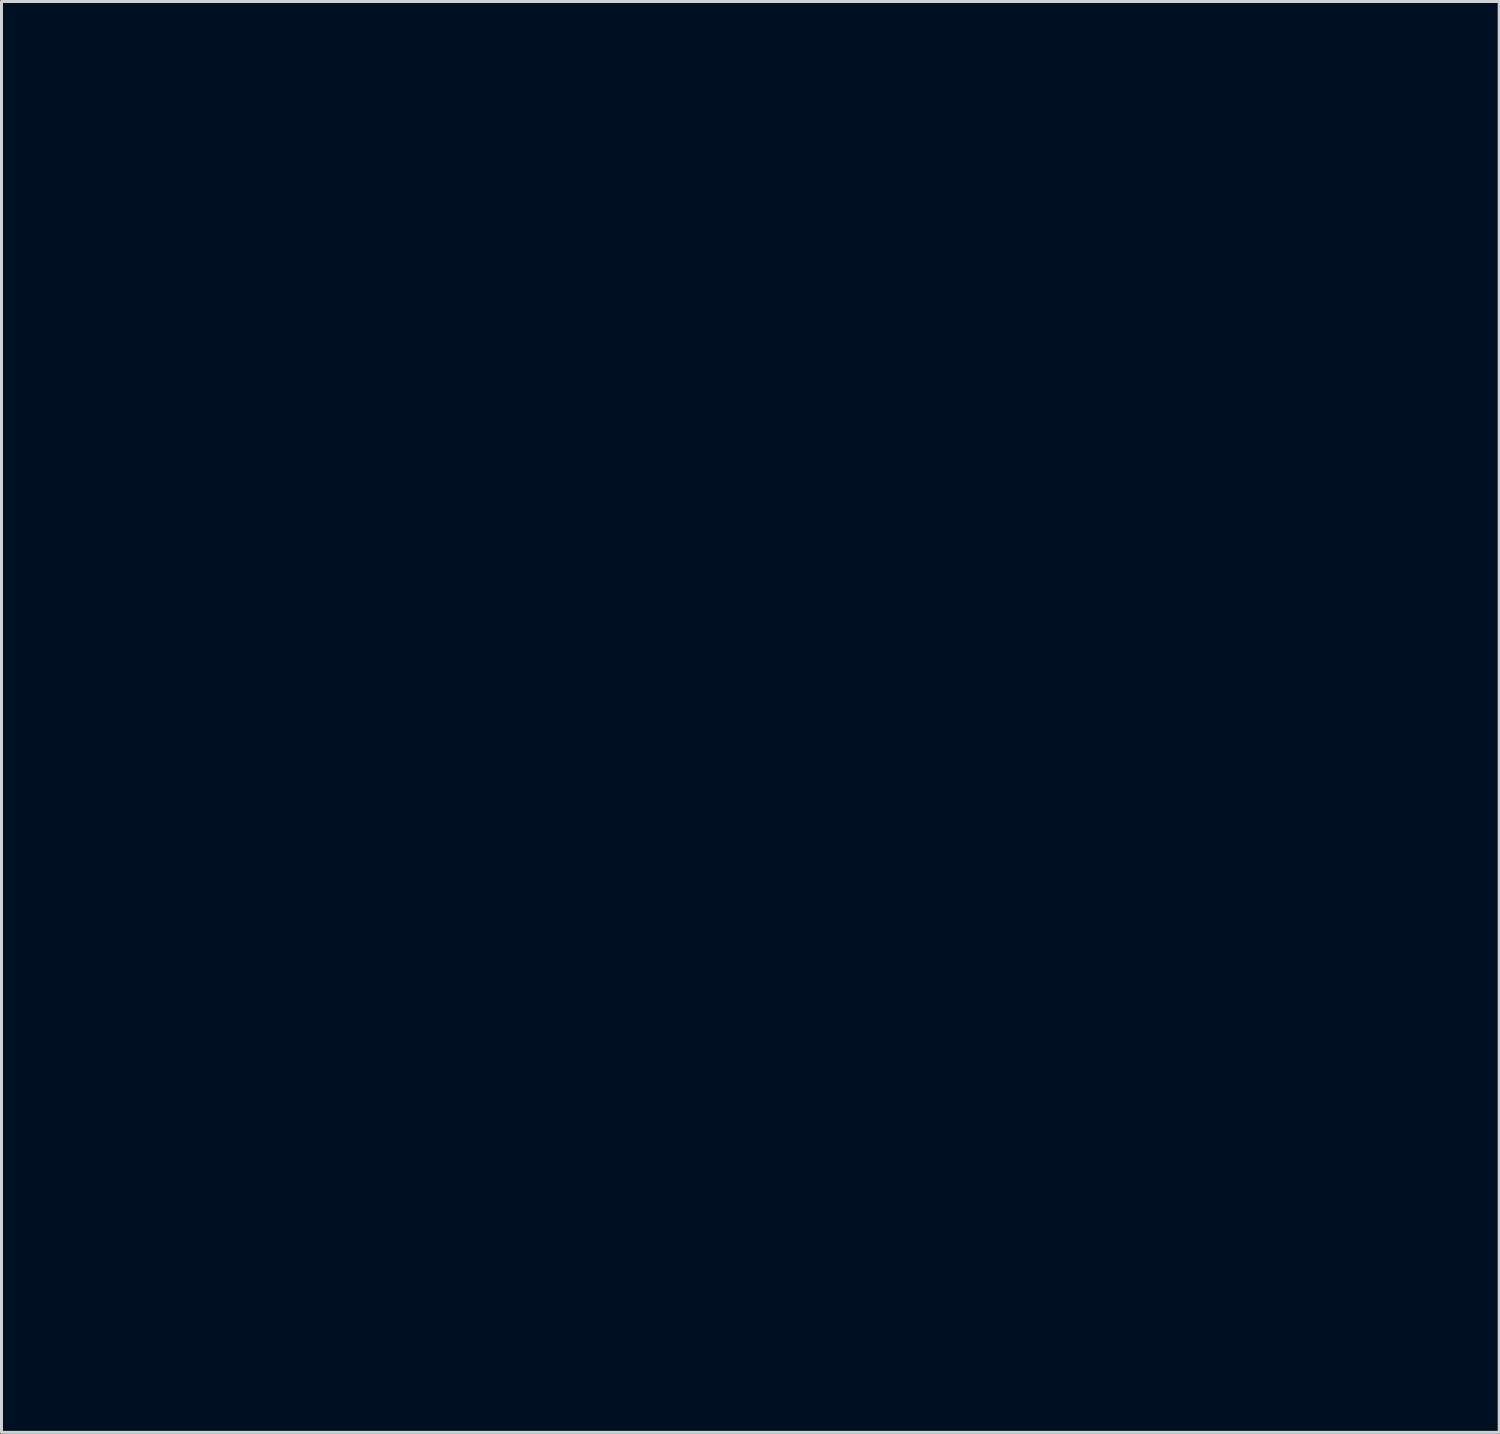
<source format=kicad_pcb>
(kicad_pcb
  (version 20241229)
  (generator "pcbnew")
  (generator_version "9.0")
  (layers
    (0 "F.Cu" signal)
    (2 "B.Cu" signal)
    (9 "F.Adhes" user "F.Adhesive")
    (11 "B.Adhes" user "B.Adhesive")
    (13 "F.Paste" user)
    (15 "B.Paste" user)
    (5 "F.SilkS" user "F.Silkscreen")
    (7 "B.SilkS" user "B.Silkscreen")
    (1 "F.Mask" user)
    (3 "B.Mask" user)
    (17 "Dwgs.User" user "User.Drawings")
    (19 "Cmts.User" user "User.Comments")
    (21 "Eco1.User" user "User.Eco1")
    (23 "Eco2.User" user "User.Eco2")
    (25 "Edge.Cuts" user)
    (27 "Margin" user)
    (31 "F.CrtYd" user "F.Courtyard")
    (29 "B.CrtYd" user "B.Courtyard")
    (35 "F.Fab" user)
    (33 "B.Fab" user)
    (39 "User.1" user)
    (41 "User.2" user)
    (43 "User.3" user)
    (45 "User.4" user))
  (footprint "Front_mask_2"
    (layer "F.Cu")
    (at 20.674 20.667)
    (property "Reference" "Front_mask_2" (at 0 0 0) (layer "F.Mask") (effects (font (size 1.524 1.524) (thickness 0.3))))
    (attr through_hole)
    (fp_poly (pts (xy 21.273 -0.233) (xy 20.849 -0.233) (xy 20.849 -0.381) (xy 21.273 -0.381) (xy 21.273 -0.233)) (stroke (width 0.01) (type solid)) (fill yes) (layer "F.Mask"))
    (fp_poly (pts (xy 21.145 4.699) (xy 21.569 4.699) (xy 21.569 4.911) (xy 21.147 4.911) (xy 21.135 5.345) (xy 21.035 5.351) (xy 20.935 5.357) (xy 20.929 5.139) (xy 20.923 4.921) (xy 20.511 4.909) (xy 20.511 4.699) (xy 20.934 4.699) (xy 20.934 4.276) (xy 21.145 4.276) (xy 21.145 4.699)) (stroke (width 0.01) (type solid)) (fill yes) (layer "F.Mask"))
    (fp_poly (pts (xy 0.212 -1.471) (xy 0.393 -1.437) (xy 0.572 -1.375) (xy 0.667 -1.333) (xy 0.881 -1.207) (xy 1.068 -1.049) (xy 1.227 -0.863) (xy 1.353 -0.652) (xy 1.446 -0.418) (xy 1.472 -0.323) (xy 1.493 -0.186) (xy 1.501 -0.027) (xy 1.496 0.141) (xy 1.477 0.301) (xy 1.447 0.44) (xy 1.439 0.465) (xy 1.337 0.706) (xy 1.204 0.918) (xy 1.04 1.101) (xy 0.846 1.254) (xy 0.625 1.376) (xy 0.49 1.43) (xy 0.35 1.467) (xy 0.185 1.49) (xy 0.011 1.5) (xy -0.16 1.495) (xy -0.312 1.475) (xy -0.368 1.462) (xy -0.606 1.375) (xy -0.822 1.254) (xy -1.014 1.102) (xy -1.178 0.921) (xy -1.31 0.715) (xy -1.345 0.646) (xy -1.42 0.454) (xy -1.464 0.263) (xy -1.481 0.057) (xy -1.482 0.011) (xy -1.462 -0.241) (xy -1.403 -0.48) (xy -1.308 -0.701) (xy -1.179 -0.903) (xy -1.017 -1.08) (xy -0.825 -1.231) (xy -0.646 -1.333) (xy -0.461 -1.41) (xy -0.283 -1.457) (xy -0.094 -1.479) (xy 0.011 -1.482) (xy 0.212 -1.471)) (stroke (width 0.01) (type solid)) (fill yes) (layer "F.Mask"))
    (fp_poly (pts (xy 20.047 2.356) (xy 20.189 2.404) (xy 20.261 2.439) (xy 20.429 2.548) (xy 20.566 2.682) (xy 20.675 2.845) (xy 20.743 2.995) (xy 20.778 3.129) (xy 20.794 3.282) (xy 20.789 3.439) (xy 20.765 3.583) (xy 20.745 3.646) (xy 20.654 3.83) (xy 20.533 3.992) (xy 20.387 4.126) (xy 20.222 4.227) (xy 20.156 4.256) (xy 20.035 4.288) (xy 19.893 4.307) (xy 19.745 4.312) (xy 19.608 4.3) (xy 19.539 4.286) (xy 19.351 4.213) (xy 19.189 4.111) (xy 19.054 3.983) (xy 18.946 3.835) (xy 18.868 3.671) (xy 18.82 3.497) (xy 18.805 3.317) (xy 18.809 3.274) (xy 19.357 3.274) (xy 19.362 3.399) (xy 19.4 3.517) (xy 19.471 3.622) (xy 19.573 3.706) (xy 19.605 3.724) (xy 19.719 3.76) (xy 19.845 3.764) (xy 19.967 3.736) (xy 20.043 3.697) (xy 20.143 3.608) (xy 20.211 3.499) (xy 20.244 3.378) (xy 20.243 3.252) (xy 20.205 3.13) (xy 20.146 3.039) (xy 20.05 2.952) (xy 19.936 2.899) (xy 19.812 2.88) (xy 19.689 2.893) (xy 19.572 2.94) (xy 19.472 3.021) (xy 19.457 3.038) (xy 19.389 3.151) (xy 19.357 3.274) (xy 18.809 3.274) (xy 18.822 3.135) (xy 18.874 2.957) (xy 18.961 2.787) (xy 19.086 2.63) (xy 19.092 2.624) (xy 19.246 2.493) (xy 19.415 2.401) (xy 19.602 2.348) (xy 19.725 2.333) (xy 19.898 2.333) (xy 20.047 2.356)) (stroke (width 0.01) (type solid)) (fill yes) (layer "F.Mask"))
    (fp_poly (pts (xy 3.59 -14.223) (xy 3.804 -14.222) (xy 4.008 -14.22) (xy 4.197 -14.218) (xy 4.367 -14.215) (xy 4.515 -14.212) (xy 4.634 -14.208) (xy 4.722 -14.204) (xy 4.774 -14.198) (xy 4.783 -14.196) (xy 4.848 -14.159) (xy 4.903 -14.101) (xy 4.905 -14.099) (xy 4.918 -14.079) (xy 4.928 -14.058) (xy 4.936 -14.031) (xy 4.943 -13.995) (xy 4.947 -13.944) (xy 4.95 -13.873) (xy 4.952 -13.779) (xy 4.953 -13.655) (xy 4.953 -13.499) (xy 4.953 -13.32) (xy 4.953 -13.122) (xy 4.952 -12.961) (xy 4.95 -12.834) (xy 4.947 -12.736) (xy 4.943 -12.664) (xy 4.937 -12.612) (xy 4.93 -12.576) (xy 4.922 -12.553) (xy 4.921 -12.552) (xy 4.909 -12.528) (xy 4.899 -12.507) (xy 4.886 -12.489) (xy 4.868 -12.474) (xy 4.842 -12.462) (xy 4.805 -12.451) (xy 4.754 -12.443) (xy 4.687 -12.437) (xy 4.599 -12.432) (xy 4.489 -12.429) (xy 4.353 -12.427) (xy 4.189 -12.426) (xy 3.993 -12.425) (xy 3.762 -12.425) (xy 3.493 -12.426) (xy 3.313 -12.426) (xy 3.02 -12.426) (xy 2.766 -12.426) (xy 2.548 -12.427) (xy 2.365 -12.428) (xy 2.212 -12.43) (xy 2.088 -12.432) (xy 1.989 -12.435) (xy 1.912 -12.438) (xy 1.855 -12.442) (xy 1.815 -12.446) (xy 1.789 -12.452) (xy 1.775 -12.457) (xy 1.743 -12.476) (xy 1.717 -12.499) (xy 1.696 -12.528) (xy 1.68 -12.57) (xy 1.669 -12.627) (xy 1.661 -12.704) (xy 1.656 -12.806) (xy 1.654 -12.937) (xy 1.654 -13.1) (xy 1.655 -13.301) (xy 1.655 -13.344) (xy 1.657 -13.536) (xy 1.659 -13.69) (xy 1.661 -13.812) (xy 1.664 -13.904) (xy 1.668 -13.973) (xy 1.673 -14.023) (xy 1.679 -14.057) (xy 1.688 -14.082) (xy 1.698 -14.101) (xy 1.706 -14.111) (xy 1.758 -14.161) (xy 1.822 -14.196) (xy 1.822 -14.196) (xy 1.859 -14.202) (xy 1.933 -14.206) (xy 2.041 -14.211) (xy 2.178 -14.214) (xy 2.34 -14.217) (xy 2.523 -14.22) (xy 2.721 -14.221) (xy 2.932 -14.223) (xy 3.15 -14.223) (xy 3.371 -14.223) (xy 3.59 -14.223)) (stroke (width 0.01) (type solid)) (fill yes) (layer "F.Mask"))
    (fp_poly (pts (xy -2.623 -17.441) (xy -2.406 -17.441) (xy -2.222 -17.44) (xy -2.069 -17.438) (xy -1.943 -17.435) (xy -1.842 -17.431) (xy -1.763 -17.425) (xy -1.702 -17.417) (xy -1.656 -17.408) (xy -1.624 -17.396) (xy -1.601 -17.382) (xy -1.584 -17.365) (xy -1.572 -17.345) (xy -1.56 -17.322) (xy -1.556 -17.315) (xy -1.547 -17.292) (xy -1.54 -17.257) (xy -1.534 -17.207) (xy -1.53 -17.138) (xy -1.527 -17.043) (xy -1.525 -16.921) (xy -1.524 -16.765) (xy -1.524 -16.572) (xy -1.524 -16.541) (xy -1.524 -16.346) (xy -1.525 -16.188) (xy -1.526 -16.064) (xy -1.529 -15.969) (xy -1.532 -15.897) (xy -1.537 -15.846) (xy -1.544 -15.809) (xy -1.552 -15.784) (xy -1.56 -15.767) (xy -1.574 -15.744) (xy -1.588 -15.723) (xy -1.605 -15.706) (xy -1.627 -15.691) (xy -1.658 -15.679) (xy -1.702 -15.668) (xy -1.76 -15.66) (xy -1.836 -15.654) (xy -1.932 -15.65) (xy -2.053 -15.646) (xy -2.2 -15.644) (xy -2.377 -15.643) (xy -2.587 -15.642) (xy -2.832 -15.642) (xy -3.117 -15.642) (xy -3.178 -15.642) (xy -3.461 -15.642) (xy -3.704 -15.642) (xy -3.912 -15.643) (xy -4.086 -15.643) (xy -4.23 -15.644) (xy -4.348 -15.646) (xy -4.442 -15.648) (xy -4.515 -15.651) (xy -4.571 -15.654) (xy -4.612 -15.658) (xy -4.642 -15.664) (xy -4.664 -15.67) (xy -4.681 -15.677) (xy -4.695 -15.685) (xy -4.729 -15.707) (xy -4.757 -15.732) (xy -4.779 -15.763) (xy -4.796 -15.804) (xy -4.808 -15.86) (xy -4.816 -15.936) (xy -4.821 -16.036) (xy -4.823 -16.164) (xy -4.823 -16.324) (xy -4.822 -16.521) (xy -4.822 -16.573) (xy -4.82 -16.764) (xy -4.818 -16.916) (xy -4.816 -17.036) (xy -4.813 -17.127) (xy -4.809 -17.195) (xy -4.804 -17.243) (xy -4.797 -17.277) (xy -4.788 -17.301) (xy -4.778 -17.32) (xy -4.771 -17.329) (xy -4.725 -17.378) (xy -4.676 -17.414) (xy -4.676 -17.415) (xy -4.655 -17.42) (xy -4.615 -17.425) (xy -4.552 -17.429) (xy -4.465 -17.432) (xy -4.35 -17.435) (xy -4.206 -17.437) (xy -4.029 -17.439) (xy -3.819 -17.44) (xy -3.572 -17.441) (xy -3.286 -17.441) (xy -3.169 -17.441) (xy -2.876 -17.441) (xy -2.623 -17.441)) (stroke (width 0.01) (type solid)) (fill yes) (layer "F.Mask"))
    (fp_poly (pts (xy -0.408 -4.908) (xy -0.304 -4.872) (xy -0.214 -4.808) (xy -0.144 -4.718) (xy -0.1 -4.604) (xy -0.093 -4.559) (xy -0.089 -4.491) (xy -0.1 -4.432) (xy -0.13 -4.363) (xy -0.141 -4.341) (xy -0.214 -4.235) (xy -0.303 -4.168) (xy -0.413 -4.135) (xy -0.523 -4.134) (xy -0.598 -4.137) (xy -0.645 -4.133) (xy -0.677 -4.116) (xy -0.7 -4.094) (xy -0.747 -4.044) (xy -0.743 -3.24) (xy -0.742 -3.033) (xy -0.741 -2.864) (xy -0.741 -2.728) (xy -0.742 -2.622) (xy -0.745 -2.539) (xy -0.748 -2.477) (xy -0.753 -2.431) (xy -0.76 -2.396) (xy -0.769 -2.368) (xy -0.778 -2.345) (xy -0.828 -2.264) (xy -0.9 -2.184) (xy -0.979 -2.121) (xy -1.03 -2.094) (xy -1.067 -2.088) (xy -1.138 -2.083) (xy -1.238 -2.079) (xy -1.357 -2.076) (xy -1.489 -2.075) (xy -1.51 -2.075) (xy -1.663 -2.076) (xy -1.779 -2.078) (xy -1.865 -2.082) (xy -1.927 -2.089) (xy -1.97 -2.097) (xy -2 -2.109) (xy -2 -2.109) (xy -2.111 -2.188) (xy -2.193 -2.289) (xy -2.234 -2.379) (xy -2.242 -2.43) (xy -2.249 -2.516) (xy -2.256 -2.632) (xy -2.26 -2.77) (xy -2.264 -2.925) (xy -2.266 -3.089) (xy -2.267 -3.256) (xy -2.266 -3.419) (xy -2.264 -3.572) (xy -2.26 -3.709) (xy -2.255 -3.822) (xy -2.248 -3.905) (xy -2.242 -3.946) (xy -2.195 -4.055) (xy -2.119 -4.153) (xy -2.023 -4.225) (xy -2.002 -4.236) (xy -1.966 -4.249) (xy -1.925 -4.26) (xy -1.871 -4.267) (xy -1.798 -4.271) (xy -1.699 -4.274) (xy -1.567 -4.275) (xy -1.496 -4.275) (xy -1.333 -4.274) (xy -1.202 -4.271) (xy -1.106 -4.265) (xy -1.047 -4.257) (xy -1.033 -4.252) (xy -0.998 -4.242) (xy -0.964 -4.257) (xy -0.934 -4.285) (xy -0.905 -4.318) (xy -0.888 -4.354) (xy -0.88 -4.406) (xy -0.878 -4.486) (xy -0.878 -4.497) (xy -0.878 -4.532) (xy -0.677 -4.532) (xy -0.661 -4.444) (xy -0.616 -4.378) (xy -0.553 -4.336) (xy -0.479 -4.324) (xy -0.404 -4.345) (xy -0.344 -4.393) (xy -0.301 -4.47) (xy -0.296 -4.552) (xy -0.327 -4.628) (xy -0.361 -4.665) (xy -0.421 -4.703) (xy -0.481 -4.72) (xy -0.487 -4.72) (xy -0.545 -4.706) (xy -0.606 -4.671) (xy -0.612 -4.665) (xy -0.659 -4.615) (xy -0.676 -4.559) (xy -0.677 -4.532) (xy -0.878 -4.532) (xy -0.876 -4.582) (xy -0.868 -4.642) (xy -0.849 -4.69) (xy -0.815 -4.742) (xy -0.815 -4.743) (xy -0.728 -4.834) (xy -0.627 -4.891) (xy -0.518 -4.915) (xy -0.408 -4.908)) (stroke (width 0.01) (type solid)) (fill yes) (layer "F.Mask"))
    (fp_poly (pts (xy -2.359 -14.221) (xy -2.181 -14.22) (xy -2.03 -14.219) (xy -1.908 -14.217) (xy -1.819 -14.216) (xy -1.767 -14.213) (xy -1.758 -14.213) (xy -1.668 -14.185) (xy -1.593 -14.128) (xy -1.522 -14.057) (xy -1.529 -13.303) (xy -1.535 -12.548) (xy -1.673 -12.425) (xy -4.651 -12.425) (xy -4.709 -12.471) (xy -4.749 -12.507) (xy -4.778 -12.548) (xy -4.8 -12.601) (xy -4.813 -12.672) (xy -4.822 -12.768) (xy -4.825 -12.894) (xy -4.826 -13.016) (xy -4.826 -13.376) (xy -5.001 -13.312) (xy -5.218 -13.227) (xy -5.463 -13.125) (xy -5.725 -13.009) (xy -5.996 -12.883) (xy -6.267 -12.753) (xy -6.528 -12.621) (xy -6.771 -12.494) (xy -6.986 -12.374) (xy -7.006 -12.362) (xy -7.168 -12.267) (xy -7.314 -12.18) (xy -7.441 -12.103) (xy -7.544 -12.039) (xy -7.622 -11.989) (xy -7.669 -11.956) (xy -7.684 -11.943) (xy -7.67 -11.923) (xy -7.634 -11.881) (xy -7.582 -11.825) (xy -7.569 -11.811) (xy -7.482 -11.707) (xy -7.433 -11.611) (xy -7.417 -11.515) (xy -7.431 -11.425) (xy -7.441 -11.394) (xy -7.461 -11.359) (xy -7.491 -11.317) (xy -7.537 -11.263) (xy -7.601 -11.193) (xy -7.686 -11.104) (xy -7.796 -10.991) (xy -7.891 -10.896) (xy -8.005 -10.782) (xy -8.113 -10.677) (xy -8.21 -10.585) (xy -8.291 -10.51) (xy -8.353 -10.456) (xy -8.39 -10.427) (xy -8.395 -10.425) (xy -8.504 -10.396) (xy -8.62 -10.408) (xy -8.689 -10.433) (xy -8.726 -10.459) (xy -8.786 -10.51) (xy -8.867 -10.582) (xy -8.962 -10.672) (xy -9.068 -10.774) (xy -9.181 -10.884) (xy -9.295 -10.998) (xy -9.407 -11.112) (xy -9.512 -11.22) (xy -9.606 -11.318) (xy -9.683 -11.403) (xy -9.74 -11.469) (xy -9.773 -11.512) (xy -9.778 -11.521) (xy -9.801 -11.641) (xy -9.784 -11.76) (xy -9.738 -11.855) (xy -9.7 -11.904) (xy -9.638 -11.975) (xy -9.557 -12.061) (xy -9.462 -12.159) (xy -9.359 -12.263) (xy -9.252 -12.368) (xy -9.146 -12.47) (xy -9.046 -12.563) (xy -8.958 -12.643) (xy -8.886 -12.705) (xy -8.836 -12.743) (xy -8.82 -12.753) (xy -8.733 -12.779) (xy -8.651 -12.781) (xy -8.567 -12.755) (xy -8.476 -12.7) (xy -8.371 -12.612) (xy -8.305 -12.548) (xy -8.132 -12.377) (xy -7.876 -12.539) (xy -7.32 -12.873) (xy -6.736 -13.19) (xy -6.135 -13.483) (xy -5.528 -13.748) (xy -5.096 -13.918) (xy -4.982 -13.961) (xy -4.902 -13.995) (xy -4.847 -14.024) (xy -4.812 -14.051) (xy -4.788 -14.08) (xy -4.785 -14.084) (xy -4.77 -14.109) (xy -4.756 -14.131) (xy -4.74 -14.149) (xy -4.72 -14.165) (xy -4.691 -14.178) (xy -4.651 -14.188) (xy -4.598 -14.196) (xy -4.526 -14.203) (xy -4.435 -14.208) (xy -4.32 -14.211) (xy -4.179 -14.214) (xy -4.008 -14.216) (xy -3.804 -14.217) (xy -3.565 -14.218) (xy -3.287 -14.22) (xy -3.249 -14.22) (xy -3.007 -14.221) (xy -2.775 -14.221) (xy -2.558 -14.221) (xy -2.359 -14.221)) (stroke (width 0.01) (type solid)) (fill yes) (layer "F.Mask"))
    (fp_poly (pts (xy 13.496 15.93) (xy 13.75 15.981) (xy 14.034 16.071) (xy 14.296 16.191) (xy 14.54 16.344) (xy 14.774 16.535) (xy 14.871 16.626) (xy 14.933 16.69) (xy 14.993 16.753) (xy 15.052 16.82) (xy 15.114 16.896) (xy 15.184 16.984) (xy 15.263 17.089) (xy 15.355 17.215) (xy 15.464 17.366) (xy 15.592 17.547) (xy 15.627 17.595) (xy 16.149 18.331) (xy 15.901 18.529) (xy 15.738 18.657) (xy 15.559 18.798) (xy 15.367 18.946) (xy 15.169 19.099) (xy 14.97 19.251) (xy 14.777 19.398) (xy 14.594 19.536) (xy 14.427 19.66) (xy 14.282 19.767) (xy 14.164 19.852) (xy 14.161 19.855) (xy 14.076 19.914) (xy 13.967 19.989) (xy 13.84 20.076) (xy 13.696 20.173) (xy 13.54 20.278) (xy 13.375 20.388) (xy 13.206 20.5) (xy 13.036 20.613) (xy 12.869 20.723) (xy 12.708 20.829) (xy 12.558 20.928) (xy 12.421 21.016) (xy 12.302 21.093) (xy 12.205 21.155) (xy 12.133 21.2) (xy 12.09 21.225) (xy 12.079 21.23) (xy 12.066 21.214) (xy 12.031 21.166) (xy 11.977 21.091) (xy 11.906 20.992) (xy 11.821 20.874) (xy 11.724 20.738) (xy 11.618 20.59) (xy 11.567 20.518) (xy 11.416 20.305) (xy 11.288 20.123) (xy 11.181 19.968) (xy 11.091 19.836) (xy 11.018 19.723) (xy 10.958 19.626) (xy 10.909 19.54) (xy 10.869 19.463) (xy 10.836 19.391) (xy 10.807 19.319) (xy 10.794 19.284) (xy 10.729 19.09) (xy 10.684 18.914) (xy 10.656 18.74) (xy 10.643 18.552) (xy 10.64 18.404) (xy 10.644 18.248) (xy 11.482 18.248) (xy 11.51 18.481) (xy 11.575 18.707) (xy 11.675 18.92) (xy 11.806 19.117) (xy 11.966 19.292) (xy 12.152 19.441) (xy 12.3 19.527) (xy 12.381 19.563) (xy 12.483 19.602) (xy 12.589 19.637) (xy 12.682 19.662) (xy 12.721 19.67) (xy 12.81 19.679) (xy 12.924 19.682) (xy 13.049 19.679) (xy 13.17 19.672) (xy 13.271 19.66) (xy 13.31 19.653) (xy 13.545 19.577) (xy 13.759 19.467) (xy 13.951 19.326) (xy 14.116 19.159) (xy 14.254 18.97) (xy 14.362 18.761) (xy 14.436 18.538) (xy 14.474 18.304) (xy 14.474 18.063) (xy 14.455 17.916) (xy 14.393 17.689) (xy 14.293 17.472) (xy 14.16 17.273) (xy 13.999 17.096) (xy 13.814 16.948) (xy 13.642 16.849) (xy 13.46 16.773) (xy 13.285 16.726) (xy 13.1 16.704) (xy 12.982 16.701) (xy 12.731 16.72) (xy 12.494 16.779) (xy 12.275 16.872) (xy 12.075 16.998) (xy 11.9 17.155) (xy 11.75 17.339) (xy 11.631 17.547) (xy 11.543 17.778) (xy 11.493 18.013) (xy 11.482 18.248) (xy 10.644 18.248) (xy 10.646 18.193) (xy 10.664 18.007) (xy 10.698 17.832) (xy 10.75 17.651) (xy 10.8 17.511) (xy 10.93 17.223) (xy 11.092 16.959) (xy 11.285 16.721) (xy 11.503 16.509) (xy 11.745 16.327) (xy 12.007 16.174) (xy 12.285 16.054) (xy 12.576 15.968) (xy 12.877 15.918) (xy 13.185 15.905) (xy 13.496 15.93)) (stroke (width 0.01) (type solid)) (fill yes) (layer "F.Mask"))
    (fp_poly (pts (xy 21.336 5.979) (xy 21.44 5.997) (xy 21.545 6.017) (xy 21.631 6.038) (xy 21.654 6.044) (xy 21.697 6.059) (xy 21.772 6.087) (xy 21.875 6.127) (xy 21.999 6.175) (xy 22.141 6.231) (xy 22.296 6.293) (xy 22.458 6.358) (xy 22.622 6.424) (xy 22.785 6.49) (xy 22.941 6.554) (xy 23.085 6.613) (xy 23.213 6.665) (xy 23.319 6.71) (xy 23.398 6.744) (xy 23.447 6.766) (xy 23.46 6.773) (xy 23.458 6.797) (xy 23.443 6.857) (xy 23.416 6.949) (xy 23.378 7.067) (xy 23.332 7.21) (xy 23.277 7.371) (xy 23.217 7.549) (xy 23.151 7.737) (xy 23.082 7.932) (xy 23.011 8.131) (xy 22.94 8.329) (xy 22.869 8.522) (xy 22.801 8.706) (xy 22.736 8.876) (xy 22.676 9.03) (xy 22.643 9.112) (xy 22.6 9.216) (xy 22.545 9.345) (xy 22.48 9.494) (xy 22.407 9.659) (xy 22.327 9.837) (xy 22.244 10.022) (xy 22.158 10.21) (xy 22.071 10.399) (xy 21.986 10.582) (xy 21.904 10.757) (xy 21.828 10.919) (xy 21.759 11.063) (xy 21.699 11.187) (xy 21.651 11.285) (xy 21.615 11.353) (xy 21.594 11.387) (xy 21.592 11.39) (xy 21.571 11.384) (xy 21.514 11.365) (xy 21.426 11.332) (xy 21.311 11.287) (xy 21.173 11.233) (xy 21.017 11.17) (xy 20.845 11.1) (xy 20.714 11.047) (xy 20.48 10.95) (xy 20.282 10.867) (xy 20.114 10.795) (xy 19.973 10.732) (xy 19.854 10.677) (xy 19.754 10.626) (xy 19.668 10.579) (xy 19.592 10.532) (xy 19.522 10.484) (xy 19.453 10.433) (xy 19.405 10.396) (xy 19.17 10.183) (xy 18.968 9.945) (xy 18.798 9.686) (xy 18.664 9.411) (xy 18.564 9.123) (xy 18.499 8.824) (xy 18.472 8.52) (xy 18.475 8.434) (xy 19.254 8.434) (xy 19.264 8.587) (xy 19.285 8.717) (xy 19.291 8.742) (xy 19.374 8.975) (xy 19.491 9.186) (xy 19.637 9.373) (xy 19.809 9.533) (xy 20.003 9.665) (xy 20.214 9.765) (xy 20.439 9.832) (xy 20.674 9.863) (xy 20.916 9.855) (xy 21.067 9.83) (xy 21.248 9.776) (xy 21.432 9.694) (xy 21.603 9.592) (xy 21.743 9.484) (xy 21.917 9.296) (xy 22.055 9.091) (xy 22.155 8.871) (xy 22.218 8.64) (xy 22.241 8.401) (xy 22.225 8.159) (xy 22.169 7.916) (xy 22.072 7.676) (xy 22.06 7.652) (xy 21.989 7.538) (xy 21.891 7.416) (xy 21.775 7.294) (xy 21.653 7.183) (xy 21.534 7.094) (xy 21.484 7.064) (xy 21.252 6.959) (xy 21.012 6.895) (xy 20.766 6.872) (xy 20.52 6.889) (xy 20.276 6.948) (xy 20.232 6.964) (xy 20.011 7.067) (xy 19.809 7.204) (xy 19.632 7.372) (xy 19.483 7.565) (xy 19.367 7.779) (xy 19.289 8.001) (xy 19.267 8.126) (xy 19.255 8.275) (xy 19.254 8.434) (xy 18.475 8.434) (xy 18.482 8.213) (xy 18.529 7.908) (xy 18.616 7.607) (xy 18.742 7.316) (xy 18.906 7.04) (xy 19.1 6.791) (xy 19.321 6.571) (xy 19.565 6.382) (xy 19.83 6.225) (xy 20.113 6.101) (xy 20.408 6.013) (xy 20.715 5.963) (xy 21.029 5.951) (xy 21.336 5.979)) (stroke (width 0.01) (type solid)) (fill yes) (layer "F.Mask"))
    (fp_poly (pts (xy 17.971 11.468) (xy 18.282 11.51) (xy 18.588 11.591) (xy 18.886 11.713) (xy 18.912 11.725) (xy 19.026 11.786) (xy 19.142 11.854) (xy 19.247 11.921) (xy 19.322 11.974) (xy 19.49 12.107) (xy 19.658 12.24) (xy 19.825 12.371) (xy 19.985 12.499) (xy 20.137 12.62) (xy 20.276 12.731) (xy 20.399 12.83) (xy 20.504 12.914) (xy 20.587 12.982) (xy 20.644 13.029) (xy 20.672 13.053) (xy 20.674 13.056) (xy 20.664 13.079) (xy 20.631 13.133) (xy 20.576 13.214) (xy 20.503 13.319) (xy 20.413 13.444) (xy 20.31 13.587) (xy 20.195 13.744) (xy 20.071 13.912) (xy 19.94 14.088) (xy 19.805 14.268) (xy 19.668 14.45) (xy 19.532 14.629) (xy 19.398 14.804) (xy 19.27 14.971) (xy 19.15 15.126) (xy 19.039 15.266) (xy 18.942 15.388) (xy 18.859 15.489) (xy 18.855 15.494) (xy 18.754 15.613) (xy 18.643 15.745) (xy 18.523 15.884) (xy 18.399 16.029) (xy 18.272 16.174) (xy 18.148 16.317) (xy 18.028 16.454) (xy 17.915 16.581) (xy 17.814 16.695) (xy 17.727 16.792) (xy 17.657 16.869) (xy 17.607 16.922) (xy 17.581 16.947) (xy 17.579 16.948) (xy 17.558 16.937) (xy 17.508 16.902) (xy 17.432 16.846) (xy 17.333 16.771) (xy 17.216 16.682) (xy 17.084 16.579) (xy 16.94 16.466) (xy 16.87 16.41) (xy 16.714 16.287) (xy 16.564 16.166) (xy 16.423 16.05) (xy 16.295 15.945) (xy 16.187 15.853) (xy 16.101 15.779) (xy 16.042 15.726) (xy 16.031 15.715) (xy 15.82 15.473) (xy 15.642 15.207) (xy 15.499 14.915) (xy 15.39 14.6) (xy 15.353 14.453) (xy 15.334 14.331) (xy 15.321 14.179) (xy 15.315 14.01) (xy 15.317 13.838) (xy 15.318 13.814) (xy 16.106 13.814) (xy 16.128 14.056) (xy 16.19 14.292) (xy 16.254 14.444) (xy 16.381 14.659) (xy 16.537 14.846) (xy 16.717 15.004) (xy 16.918 15.13) (xy 17.136 15.222) (xy 17.366 15.278) (xy 17.604 15.297) (xy 17.847 15.277) (xy 17.976 15.249) (xy 18.209 15.168) (xy 18.423 15.049) (xy 18.615 14.898) (xy 18.78 14.717) (xy 18.914 14.511) (xy 18.933 14.474) (xy 19.009 14.304) (xy 19.058 14.142) (xy 19.083 13.974) (xy 19.089 13.785) (xy 19.087 13.719) (xy 19.065 13.494) (xy 19.016 13.295) (xy 18.937 13.112) (xy 18.825 12.939) (xy 18.675 12.767) (xy 18.647 12.739) (xy 18.556 12.651) (xy 18.478 12.585) (xy 18.402 12.533) (xy 18.313 12.484) (xy 18.265 12.46) (xy 18.023 12.365) (xy 17.78 12.312) (xy 17.537 12.301) (xy 17.293 12.333) (xy 17.051 12.407) (xy 16.88 12.485) (xy 16.744 12.571) (xy 16.604 12.688) (xy 16.472 12.824) (xy 16.359 12.969) (xy 16.281 13.096) (xy 16.182 13.33) (xy 16.124 13.571) (xy 16.106 13.814) (xy 15.318 13.814) (xy 15.326 13.673) (xy 15.342 13.53) (xy 15.354 13.462) (xy 15.442 13.149) (xy 15.567 12.852) (xy 15.726 12.576) (xy 15.916 12.324) (xy 16.135 12.1) (xy 16.211 12.035) (xy 16.475 11.846) (xy 16.756 11.693) (xy 17.049 11.579) (xy 17.351 11.503) (xy 17.66 11.466) (xy 17.971 11.468)) (stroke (width 0.01) (type solid)) (fill yes) (layer "F.Mask"))
    (fp_poly (pts (xy 12.024 -9.149) (xy 12.194 -9.112) (xy 12.355 -9.046) (xy 12.503 -8.954) (xy 12.634 -8.836) (xy 12.743 -8.696) (xy 12.825 -8.533) (xy 12.877 -8.351) (xy 12.895 -8.151) (xy 12.895 -8.151) (xy 12.873 -7.949) (xy 12.814 -7.761) (xy 12.721 -7.592) (xy 12.597 -7.445) (xy 12.446 -7.324) (xy 12.27 -7.234) (xy 12.074 -7.177) (xy 12.048 -7.173) (xy 11.864 -7.163) (xy 11.677 -7.189) (xy 11.496 -7.248) (xy 11.336 -7.338) (xy 11.311 -7.356) (xy 11.244 -7.407) (xy 10.693 -6.951) (xy 10.142 -6.495) (xy 10.252 -6.345) (xy 10.305 -6.27) (xy 10.337 -6.216) (xy 10.354 -6.169) (xy 10.36 -6.117) (xy 10.361 -6.062) (xy 10.356 -5.972) (xy 10.34 -5.909) (xy 10.318 -5.87) (xy 10.289 -5.841) (xy 10.232 -5.792) (xy 10.151 -5.726) (xy 10.053 -5.648) (xy 9.943 -5.562) (xy 9.827 -5.473) (xy 9.709 -5.384) (xy 9.596 -5.3) (xy 9.494 -5.225) (xy 9.407 -5.163) (xy 9.341 -5.119) (xy 9.309 -5.1) (xy 9.201 -5.065) (xy 9.087 -5.065) (xy 9.006 -5.089) (xy 8.948 -5.125) (xy 8.891 -5.173) (xy 8.887 -5.178) (xy 8.854 -5.217) (xy 8.802 -5.283) (xy 8.734 -5.371) (xy 8.655 -5.475) (xy 8.568 -5.591) (xy 8.477 -5.714) (xy 8.386 -5.838) (xy 8.298 -5.958) (xy 8.217 -6.069) (xy 8.147 -6.167) (xy 8.092 -6.245) (xy 8.055 -6.299) (xy 8.041 -6.324) (xy 8.023 -6.43) (xy 8.045 -6.55) (xy 8.057 -6.585) (xy 8.071 -6.613) (xy 8.092 -6.643) (xy 8.124 -6.677) (xy 8.17 -6.72) (xy 8.236 -6.774) (xy 8.323 -6.843) (xy 8.437 -6.93) (xy 8.581 -7.039) (xy 8.595 -7.049) (xy 8.73 -7.149) (xy 8.854 -7.239) (xy 8.964 -7.316) (xy 9.055 -7.377) (xy 9.122 -7.419) (xy 9.161 -7.439) (xy 9.163 -7.44) (xy 9.271 -7.445) (xy 9.378 -7.42) (xy 9.467 -7.367) (xy 9.469 -7.366) (xy 9.512 -7.322) (xy 9.569 -7.254) (xy 9.63 -7.176) (xy 9.652 -7.146) (xy 9.705 -7.078) (xy 9.751 -7.026) (xy 9.784 -6.997) (xy 9.793 -6.995) (xy 9.815 -7.01) (xy 9.865 -7.049) (xy 9.94 -7.109) (xy 10.035 -7.187) (xy 10.147 -7.278) (xy 10.272 -7.381) (xy 10.37 -7.463) (xy 10.922 -7.922) (xy 10.909 -8.062) (xy 10.91 -8.161) (xy 11.451 -8.161) (xy 11.466 -8.067) (xy 11.504 -7.967) (xy 11.557 -7.876) (xy 11.619 -7.812) (xy 11.621 -7.81) (xy 11.747 -7.74) (xy 11.871 -7.71) (xy 12.001 -7.72) (xy 12.03 -7.728) (xy 12.092 -7.755) (xy 12.163 -7.802) (xy 12.205 -7.836) (xy 12.29 -7.937) (xy 12.337 -8.046) (xy 12.352 -8.156) (xy 12.337 -8.264) (xy 12.295 -8.365) (xy 12.232 -8.454) (xy 12.15 -8.527) (xy 12.052 -8.578) (xy 11.944 -8.604) (xy 11.828 -8.599) (xy 11.708 -8.559) (xy 11.656 -8.53) (xy 11.572 -8.456) (xy 11.505 -8.356) (xy 11.462 -8.245) (xy 11.451 -8.161) (xy 10.91 -8.161) (xy 10.912 -8.262) (xy 10.954 -8.457) (xy 11.035 -8.641) (xy 11.151 -8.807) (xy 11.187 -8.846) (xy 11.338 -8.977) (xy 11.502 -9.072) (xy 11.673 -9.131) (xy 11.849 -9.156) (xy 12.024 -9.149)) (stroke (width 0.01) (type solid)) (fill yes) (layer "F.Mask"))
    (fp_poly (pts (xy 5.624 -1.365) (xy 5.805 -1.364) (xy 5.952 -1.362) (xy 6.07 -1.359) (xy 6.161 -1.353) (xy 6.231 -1.344) (xy 6.283 -1.333) (xy 6.321 -1.317) (xy 6.35 -1.298) (xy 6.374 -1.273) (xy 6.396 -1.243) (xy 6.398 -1.241) (xy 6.413 -1.217) (xy 6.425 -1.192) (xy 6.434 -1.158) (xy 6.44 -1.11) (xy 6.444 -1.043) (xy 6.448 -0.949) (xy 6.45 -0.824) (xy 6.452 -0.693) (xy 6.459 -0.212) (xy 6.811 -0.212) (xy 6.819 -0.483) (xy 6.822 -0.596) (xy 6.827 -0.675) (xy 6.834 -0.73) (xy 6.846 -0.769) (xy 6.864 -0.802) (xy 6.887 -0.835) (xy 6.923 -0.878) (xy 6.958 -0.913) (xy 6.999 -0.94) (xy 7.05 -0.96) (xy 7.116 -0.975) (xy 7.202 -0.985) (xy 7.314 -0.99) (xy 7.457 -0.993) (xy 7.635 -0.994) (xy 7.707 -0.994) (xy 7.896 -0.994) (xy 8.048 -0.993) (xy 8.167 -0.989) (xy 8.26 -0.983) (xy 8.331 -0.973) (xy 8.385 -0.96) (xy 8.428 -0.942) (xy 8.464 -0.919) (xy 8.496 -0.891) (xy 8.526 -0.862) (xy 8.551 -0.833) (xy 8.571 -0.799) (xy 8.586 -0.757) (xy 8.597 -0.7) (xy 8.605 -0.626) (xy 8.61 -0.528) (xy 8.613 -0.404) (xy 8.614 -0.247) (xy 8.615 -0.054) (xy 8.615 0.011) (xy 8.615 0.215) (xy 8.614 0.382) (xy 8.611 0.516) (xy 8.607 0.621) (xy 8.6 0.701) (xy 8.59 0.763) (xy 8.576 0.809) (xy 8.558 0.845) (xy 8.534 0.875) (xy 8.505 0.904) (xy 8.496 0.913) (xy 8.461 0.941) (xy 8.425 0.964) (xy 8.382 0.982) (xy 8.327 0.995) (xy 8.255 1.005) (xy 8.16 1.011) (xy 8.039 1.014) (xy 7.885 1.015) (xy 7.707 1.016) (xy 7.531 1.015) (xy 7.392 1.014) (xy 7.285 1.012) (xy 7.205 1.009) (xy 7.145 1.004) (xy 7.1 0.997) (xy 7.067 0.988) (xy 7.038 0.976) (xy 6.943 0.917) (xy 6.876 0.838) (xy 6.835 0.733) (xy 6.817 0.598) (xy 6.816 0.54) (xy 6.816 0.381) (xy 6.459 0.381) (xy 6.452 0.788) (xy 6.45 0.928) (xy 6.448 1.044) (xy 6.44 1.139) (xy 6.425 1.214) (xy 6.398 1.272) (xy 6.355 1.316) (xy 6.294 1.347) (xy 6.209 1.368) (xy 6.099 1.38) (xy 5.959 1.386) (xy 5.786 1.389) (xy 5.576 1.39) (xy 5.461 1.39) (xy 5.281 1.39) (xy 5.113 1.39) (xy 4.96 1.389) (xy 4.829 1.386) (xy 4.725 1.384) (xy 4.653 1.38) (xy 4.619 1.377) (xy 4.555 1.352) (xy 4.505 1.32) (xy 4.483 1.3) (xy 4.465 1.279) (xy 4.45 1.255) (xy 4.437 1.222) (xy 4.427 1.178) (xy 4.419 1.12) (xy 4.413 1.044) (xy 4.409 0.946) (xy 4.406 0.823) (xy 4.404 0.672) (xy 4.403 0.488) (xy 4.403 0.27) (xy 4.403 0.013) (xy 4.403 0.006) (xy 4.403 -0.253) (xy 4.403 -0.472) (xy 4.404 -0.657) (xy 4.406 -0.809) (xy 4.409 -0.933) (xy 4.414 -1.032) (xy 4.42 -1.109) (xy 4.429 -1.168) (xy 4.441 -1.212) (xy 4.456 -1.245) (xy 4.474 -1.27) (xy 4.496 -1.291) (xy 4.522 -1.311) (xy 4.536 -1.321) (xy 4.553 -1.333) (xy 4.572 -1.342) (xy 4.598 -1.349) (xy 4.635 -1.355) (xy 4.687 -1.359) (xy 4.758 -1.362) (xy 4.853 -1.363) (xy 4.977 -1.365) (xy 5.132 -1.365) (xy 5.324 -1.365) (xy 5.404 -1.365) (xy 5.624 -1.365)) (stroke (width 0.01) (type solid)) (fill yes) (layer "F.Mask"))
    (fp_poly (pts (xy 13.593 -7.136) (xy 13.771 -7.091) (xy 13.939 -7.014) (xy 14.092 -6.904) (xy 14.225 -6.764) (xy 14.334 -6.593) (xy 14.346 -6.568) (xy 14.38 -6.497) (xy 14.402 -6.44) (xy 14.415 -6.387) (xy 14.422 -6.326) (xy 14.425 -6.244) (xy 14.425 -6.149) (xy 14.425 -6.04) (xy 14.422 -5.962) (xy 14.414 -5.902) (xy 14.399 -5.85) (xy 14.376 -5.793) (xy 14.349 -5.735) (xy 14.272 -5.575) (xy 14.334 -5.418) (xy 14.532 -4.865) (xy 14.712 -4.286) (xy 14.868 -3.693) (xy 14.997 -3.1) (xy 15.046 -2.836) (xy 15.103 -2.508) (xy 15.401 -2.498) (xy 15.519 -2.493) (xy 15.604 -2.488) (xy 15.663 -2.481) (xy 15.705 -2.471) (xy 15.737 -2.455) (xy 15.769 -2.433) (xy 15.774 -2.429) (xy 15.813 -2.398) (xy 15.844 -2.364) (xy 15.868 -2.325) (xy 15.887 -2.275) (xy 15.9 -2.21) (xy 15.908 -2.124) (xy 15.913 -2.014) (xy 15.915 -1.873) (xy 15.914 -1.698) (xy 15.913 -1.564) (xy 15.907 -0.939) (xy 15.847 -0.861) (xy 15.817 -0.822) (xy 15.789 -0.79) (xy 15.757 -0.765) (xy 15.719 -0.746) (xy 15.668 -0.731) (xy 15.601 -0.721) (xy 15.512 -0.714) (xy 15.398 -0.71) (xy 15.254 -0.707) (xy 15.075 -0.706) (xy 14.944 -0.705) (xy 14.772 -0.705) (xy 14.612 -0.705) (xy 14.469 -0.707) (xy 14.348 -0.709) (xy 14.255 -0.712) (xy 14.196 -0.716) (xy 14.177 -0.719) (xy 14.078 -0.767) (xy 13.998 -0.841) (xy 13.962 -0.897) (xy 13.952 -0.923) (xy 13.944 -0.958) (xy 13.938 -1.007) (xy 13.934 -1.074) (xy 13.931 -1.164) (xy 13.929 -1.283) (xy 13.928 -1.434) (xy 13.928 -1.614) (xy 13.928 -1.796) (xy 13.928 -1.941) (xy 13.929 -2.053) (xy 13.932 -2.138) (xy 13.935 -2.2) (xy 13.94 -2.244) (xy 13.948 -2.276) (xy 13.957 -2.3) (xy 13.97 -2.32) (xy 13.975 -2.329) (xy 14.034 -2.402) (xy 14.096 -2.451) (xy 14.175 -2.48) (xy 14.28 -2.495) (xy 14.315 -2.498) (xy 14.489 -2.508) (xy 14.482 -2.572) (xy 14.473 -2.635) (xy 14.456 -2.732) (xy 14.433 -2.854) (xy 14.405 -2.993) (xy 14.375 -3.141) (xy 14.344 -3.291) (xy 14.313 -3.433) (xy 14.284 -3.561) (xy 14.275 -3.598) (xy 14.184 -3.954) (xy 14.076 -4.324) (xy 13.959 -4.688) (xy 13.89 -4.885) (xy 13.845 -5.009) (xy 13.81 -5.097) (xy 13.784 -5.154) (xy 13.764 -5.186) (xy 13.748 -5.197) (xy 13.739 -5.196) (xy 13.701 -5.185) (xy 13.637 -5.172) (xy 13.572 -5.161) (xy 13.391 -5.153) (xy 13.209 -5.183) (xy 13.032 -5.248) (xy 12.867 -5.343) (xy 12.722 -5.466) (xy 12.602 -5.614) (xy 12.573 -5.661) (xy 12.494 -5.84) (xy 12.453 -6.03) (xy 12.451 -6.151) (xy 13.007 -6.151) (xy 13.009 -6.063) (xy 13.019 -6.002) (xy 13.04 -5.95) (xy 13.065 -5.91) (xy 13.133 -5.825) (xy 13.215 -5.765) (xy 13.309 -5.724) (xy 13.381 -5.702) (xy 13.441 -5.696) (xy 13.511 -5.706) (xy 13.556 -5.717) (xy 13.677 -5.768) (xy 13.775 -5.851) (xy 13.844 -5.958) (xy 13.881 -6.085) (xy 13.885 -6.149) (xy 13.867 -6.281) (xy 13.818 -6.393) (xy 13.743 -6.482) (xy 13.648 -6.547) (xy 13.541 -6.585) (xy 13.426 -6.595) (xy 13.311 -6.575) (xy 13.202 -6.523) (xy 13.104 -6.438) (xy 13.071 -6.396) (xy 13.037 -6.341) (xy 13.017 -6.292) (xy 13.009 -6.232) (xy 13.007 -6.151) (xy 12.451 -6.151) (xy 12.45 -6.223) (xy 12.482 -6.413) (xy 12.551 -6.594) (xy 12.653 -6.759) (xy 12.722 -6.838) (xy 12.877 -6.97) (xy 13.047 -7.064) (xy 13.226 -7.123) (xy 13.41 -7.147) (xy 13.593 -7.136)) (stroke (width 0.01) (type solid)) (fill yes) (layer "F.Mask"))
    (fp_poly (pts (xy 2.032 1.983) (xy 2.12 2.038) (xy 2.185 2.106) (xy 2.212 2.147) (xy 2.275 2.251) (xy 2.282 2.94) (xy 2.283 3.113) (xy 2.284 3.276) (xy 2.283 3.424) (xy 2.282 3.552) (xy 2.28 3.652) (xy 2.277 3.719) (xy 2.276 3.739) (xy 2.241 3.865) (xy 2.172 3.976) (xy 2.078 4.065) (xy 1.964 4.123) (xy 1.903 4.138) (xy 1.82 4.152) (xy 1.82 15.214) (xy 1.958 15.223) (xy 2.07 15.239) (xy 2.155 15.276) (xy 2.225 15.342) (xy 2.26 15.388) (xy 2.273 15.409) (xy 2.284 15.431) (xy 2.292 15.459) (xy 2.298 15.498) (xy 2.302 15.552) (xy 2.305 15.628) (xy 2.306 15.729) (xy 2.307 15.861) (xy 2.307 16.028) (xy 2.307 16.101) (xy 2.307 16.301) (xy 2.305 16.462) (xy 2.302 16.591) (xy 2.295 16.691) (xy 2.284 16.768) (xy 2.269 16.825) (xy 2.247 16.869) (xy 2.22 16.902) (xy 2.184 16.931) (xy 2.144 16.958) (xy 2.121 16.971) (xy 2.099 16.982) (xy 2.071 16.99) (xy 2.035 16.997) (xy 1.983 17.002) (xy 1.913 17.005) (xy 1.82 17.007) (xy 1.698 17.009) (xy 1.544 17.01) (xy 1.352 17.011) (xy 1.344 17.011) (xy 1.171 17.012) (xy 1.009 17.011) (xy 0.864 17.009) (xy 0.741 17.007) (xy 0.646 17.004) (xy 0.584 17) (xy 0.563 16.997) (xy 0.507 16.969) (xy 0.447 16.926) (xy 0.439 16.918) (xy 0.406 16.886) (xy 0.379 16.853) (xy 0.359 16.816) (xy 0.343 16.769) (xy 0.332 16.707) (xy 0.325 16.626) (xy 0.32 16.52) (xy 0.318 16.384) (xy 0.318 16.214) (xy 0.318 16.108) (xy 0.318 15.929) (xy 0.318 15.787) (xy 0.32 15.677) (xy 0.323 15.594) (xy 0.327 15.532) (xy 0.333 15.487) (xy 0.341 15.453) (xy 0.352 15.426) (xy 0.359 15.41) (xy 0.404 15.344) (xy 0.46 15.287) (xy 0.47 15.279) (xy 0.5 15.26) (xy 0.531 15.246) (xy 0.572 15.237) (xy 0.63 15.231) (xy 0.714 15.227) (xy 0.829 15.224) (xy 0.873 15.223) (xy 1.206 15.216) (xy 1.206 4.154) (xy 1.117 4.131) (xy 1.027 4.108) (xy 0.927 4.208) (xy 0.874 4.262) (xy 0.846 4.3) (xy 0.837 4.333) (xy 0.843 4.374) (xy 0.847 4.392) (xy 0.855 4.511) (xy 0.826 4.622) (xy 0.767 4.72) (xy 0.682 4.797) (xy 0.577 4.848) (xy 0.459 4.865) (xy 0.432 4.864) (xy 0.311 4.836) (xy 0.212 4.777) (xy 0.137 4.696) (xy 0.087 4.598) (xy 0.065 4.492) (xy 0.067 4.468) (xy 0.262 4.468) (xy 0.279 4.55) (xy 0.324 4.609) (xy 0.395 4.66) (xy 0.462 4.674) (xy 0.537 4.653) (xy 0.551 4.646) (xy 0.62 4.59) (xy 0.654 4.517) (xy 0.653 4.437) (xy 0.614 4.359) (xy 0.594 4.338) (xy 0.518 4.287) (xy 0.438 4.274) (xy 0.362 4.299) (xy 0.299 4.359) (xy 0.285 4.384) (xy 0.262 4.468) (xy 0.067 4.468) (xy 0.073 4.382) (xy 0.111 4.278) (xy 0.183 4.185) (xy 0.244 4.135) (xy 0.33 4.096) (xy 0.429 4.076) (xy 0.522 4.078) (xy 0.539 4.082) (xy 0.579 4.091) (xy 0.611 4.085) (xy 0.647 4.061) (xy 0.698 4.012) (xy 0.709 4.001) (xy 0.761 3.946) (xy 0.789 3.909) (xy 0.797 3.878) (xy 0.79 3.839) (xy 0.783 3.818) (xy 0.776 3.774) (xy 0.771 3.697) (xy 0.767 3.585) (xy 0.765 3.435) (xy 0.764 3.248) (xy 0.766 3.019) (xy 0.766 2.983) (xy 0.773 2.23) (xy 0.831 2.142) (xy 0.887 2.073) (xy 0.956 2.01) (xy 0.978 1.995) (xy 1.008 1.975) (xy 1.037 1.961) (xy 1.07 1.95) (xy 1.115 1.942) (xy 1.177 1.938) (xy 1.264 1.934) (xy 1.381 1.932) (xy 1.491 1.93) (xy 1.916 1.924) (xy 2.032 1.983)) (stroke (width 0.01) (type solid)) (fill yes) (layer "F.Mask"))
    (fp_poly (pts (xy 3.839 14.967) (xy 3.937 14.969) (xy 4.137 14.971) (xy 4.298 14.973) (xy 4.425 14.98) (xy 4.523 14.994) (xy 4.594 15.018) (xy 4.643 15.055) (xy 4.674 15.108) (xy 4.691 15.18) (xy 4.698 15.274) (xy 4.699 15.393) (xy 4.699 15.536) (xy 4.698 15.695) (xy 4.693 15.821) (xy 4.686 15.912) (xy 4.677 15.964) (xy 4.675 15.969) (xy 4.643 16.02) (xy 4.599 16.056) (xy 4.534 16.081) (xy 4.441 16.097) (xy 4.314 16.107) (xy 4.312 16.107) (xy 4.083 16.118) (xy 4.561 16.863) (xy 5.04 17.608) (xy 5.111 17.566) (xy 5.129 17.556) (xy 5.151 17.548) (xy 5.179 17.541) (xy 5.218 17.536) (xy 5.271 17.532) (xy 5.344 17.53) (xy 5.439 17.529) (xy 5.562 17.528) (xy 5.715 17.529) (xy 5.903 17.529) (xy 6.085 17.531) (xy 6.988 17.537) (xy 7.133 17.695) (xy 7.133 18.473) (xy 7.133 18.684) (xy 7.132 18.858) (xy 7.13 18.997) (xy 7.127 19.107) (xy 7.121 19.192) (xy 7.113 19.255) (xy 7.101 19.302) (xy 7.085 19.335) (xy 7.065 19.361) (xy 7.039 19.382) (xy 7.008 19.404) (xy 7.008 19.404) (xy 6.985 19.419) (xy 6.961 19.43) (xy 6.93 19.438) (xy 6.888 19.444) (xy 6.828 19.448) (xy 6.745 19.451) (xy 6.634 19.452) (xy 6.489 19.452) (xy 6.393 19.452) (xy 5.85 19.452) (xy 5.661 19.516) (xy 5.207 19.655) (xy 4.721 19.775) (xy 4.207 19.875) (xy 3.671 19.954) (xy 3.534 19.97) (xy 3.429 19.98) (xy 3.297 19.992) (xy 3.145 20.003) (xy 2.984 20.015) (xy 2.822 20.025) (xy 2.669 20.034) (xy 2.533 20.04) (xy 2.425 20.044) (xy 2.376 20.045) (xy 2.328 20.049) (xy 2.31 20.07) (xy 2.307 20.103) (xy 2.292 20.171) (xy 2.253 20.249) (xy 2.199 20.319) (xy 2.173 20.343) (xy 2.141 20.365) (xy 2.102 20.383) (xy 2.051 20.397) (xy 1.984 20.408) (xy 1.896 20.415) (xy 1.783 20.421) (xy 1.641 20.424) (xy 1.463 20.425) (xy 1.298 20.425) (xy 1.098 20.424) (xy 0.936 20.422) (xy 0.809 20.419) (xy 0.712 20.415) (xy 0.64 20.409) (xy 0.59 20.402) (xy 0.564 20.395) (xy 0.465 20.342) (xy 0.386 20.265) (xy 0.338 20.176) (xy 0.337 20.173) (xy 0.33 20.127) (xy 0.325 20.041) (xy 0.322 19.92) (xy 0.32 19.765) (xy 0.321 19.581) (xy 0.321 19.472) (xy 0.328 18.846) (xy 0.387 18.768) (xy 0.415 18.732) (xy 0.441 18.703) (xy 0.47 18.68) (xy 0.506 18.662) (xy 0.554 18.649) (xy 0.619 18.639) (xy 0.703 18.633) (xy 0.813 18.629) (xy 0.952 18.627) (xy 1.125 18.627) (xy 1.319 18.627) (xy 1.517 18.627) (xy 1.676 18.627) (xy 1.803 18.628) (xy 1.901 18.63) (xy 1.974 18.632) (xy 2.028 18.637) (xy 2.066 18.642) (xy 2.094 18.65) (xy 2.115 18.659) (xy 2.135 18.672) (xy 2.139 18.675) (xy 2.201 18.727) (xy 2.255 18.789) (xy 2.259 18.794) (xy 2.279 18.827) (xy 2.292 18.861) (xy 2.3 18.906) (xy 2.305 18.97) (xy 2.307 19.061) (xy 2.307 19.152) (xy 2.307 19.438) (xy 2.725 19.424) (xy 3.343 19.386) (xy 3.949 19.311) (xy 4.554 19.197) (xy 4.667 19.171) (xy 4.964 19.103) (xy 4.969 18.582) (xy 4.975 18.061) (xy 3.726 16.118) (xy 3.484 16.108) (xy 3.373 16.102) (xy 3.295 16.094) (xy 3.242 16.083) (xy 3.203 16.067) (xy 3.182 16.053) (xy 3.144 16.022) (xy 3.116 15.99) (xy 3.096 15.951) (xy 3.083 15.897) (xy 3.075 15.824) (xy 3.073 15.723) (xy 3.073 15.59) (xy 3.074 15.512) (xy 3.076 15.374) (xy 3.08 15.262) (xy 3.089 15.172) (xy 3.108 15.102) (xy 3.141 15.049) (xy 3.191 15.012) (xy 3.263 14.987) (xy 3.36 14.973) (xy 3.485 14.967) (xy 3.644 14.966) (xy 3.839 14.967)) (stroke (width 0.01) (type solid)) (fill yes) (layer "F.Mask"))
    (fp_poly (pts (xy -6.401 5.389) (xy -6.307 5.453) (xy -6.273 5.488) (xy -6.236 5.529) (xy -6.178 5.597) (xy -6.102 5.687) (xy -6.01 5.797) (xy -5.906 5.921) (xy -5.793 6.057) (xy -5.674 6.2) (xy -5.552 6.347) (xy -5.431 6.494) (xy -5.313 6.637) (xy -5.202 6.771) (xy -5.101 6.895) (xy -5.013 7.003) (xy -4.941 7.091) (xy -4.889 7.157) (xy -4.859 7.196) (xy -4.853 7.204) (xy -4.836 7.254) (xy -4.827 7.322) (xy -4.827 7.339) (xy -4.83 7.385) (xy -4.843 7.428) (xy -4.871 7.475) (xy -4.916 7.528) (xy -4.983 7.594) (xy -5.076 7.676) (xy -5.191 7.773) (xy -5.425 7.968) (xy -5.411 8.379) (xy -5.407 8.522) (xy -5.404 8.694) (xy -5.401 8.884) (xy -5.399 9.08) (xy -5.398 9.269) (xy -5.397 9.359) (xy -5.397 9.927) (xy -5.217 9.927) (xy -5.088 9.933) (xy -4.999 9.949) (xy -4.973 9.959) (xy -4.936 9.981) (xy -4.907 10.007) (xy -4.885 10.042) (xy -4.869 10.091) (xy -4.858 10.159) (xy -4.852 10.253) (xy -4.848 10.376) (xy -4.847 10.533) (xy -4.847 10.611) (xy -4.847 11.107) (xy -4.688 11.172) (xy -4.529 11.237) (xy -4.497 11.175) (xy -4.478 11.141) (xy -4.456 11.114) (xy -4.427 11.092) (xy -4.386 11.076) (xy -4.329 11.065) (xy -4.25 11.057) (xy -4.146 11.052) (xy -4.012 11.05) (xy -3.843 11.049) (xy -3.715 11.049) (xy -3.521 11.049) (xy -3.365 11.051) (xy -3.242 11.054) (xy -3.148 11.06) (xy -3.078 11.069) (xy -3.027 11.082) (xy -2.991 11.1) (xy -2.964 11.123) (xy -2.944 11.153) (xy -2.931 11.178) (xy -2.919 11.208) (xy -2.91 11.248) (xy -2.905 11.306) (xy -2.902 11.386) (xy -2.902 11.496) (xy -2.904 11.642) (xy -2.904 11.645) (xy -2.91 12.047) (xy -2.98 12.109) (xy -3.049 12.171) (xy -4.381 12.171) (xy -4.45 12.109) (xy -4.479 12.082) (xy -4.499 12.056) (xy -4.512 12.023) (xy -4.52 11.973) (xy -4.525 11.899) (xy -4.53 11.8) (xy -4.54 11.553) (xy -4.666 11.502) (xy -4.75 11.469) (xy -4.803 11.455) (xy -4.833 11.462) (xy -4.845 11.491) (xy -4.847 11.546) (xy -4.847 11.552) (xy -4.862 11.656) (xy -4.89 11.722) (xy -4.91 11.753) (xy -4.931 11.779) (xy -4.957 11.8) (xy -4.992 11.817) (xy -5.039 11.83) (xy -5.104 11.839) (xy -5.188 11.845) (xy -5.298 11.849) (xy -5.435 11.851) (xy -5.605 11.851) (xy -5.81 11.85) (xy -5.955 11.849) (xy -6.171 11.847) (xy -6.349 11.846) (xy -6.493 11.844) (xy -6.607 11.841) (xy -6.694 11.838) (xy -6.76 11.834) (xy -6.807 11.829) (xy -6.84 11.823) (xy -6.863 11.815) (xy -6.881 11.806) (xy -6.883 11.804) (xy -6.914 11.782) (xy -6.939 11.758) (xy -6.96 11.728) (xy -6.975 11.687) (xy -6.987 11.632) (xy -6.995 11.559) (xy -7.001 11.462) (xy -7.004 11.337) (xy -7.006 11.181) (xy -7.006 10.989) (xy -7.006 10.892) (xy -7.007 10.666) (xy -7.006 10.479) (xy -7.003 10.327) (xy -6.995 10.207) (xy -6.979 10.114) (xy -6.954 10.045) (xy -6.916 9.996) (xy -6.865 9.964) (xy -6.797 9.946) (xy -6.711 9.937) (xy -6.604 9.933) (xy -6.474 9.932) (xy -6.419 9.931) (xy -5.983 9.925) (xy -5.997 9.446) (xy -6.002 9.289) (xy -6.005 9.128) (xy -6.008 8.974) (xy -6.01 8.839) (xy -6.011 8.733) (xy -6.011 8.717) (xy -6.011 8.467) (xy -6.09 8.509) (xy -6.198 8.546) (xy -6.304 8.544) (xy -6.362 8.526) (xy -6.384 8.506) (xy -6.431 8.456) (xy -6.498 8.382) (xy -6.582 8.286) (xy -6.681 8.171) (xy -6.792 8.043) (xy -6.911 7.903) (xy -7.035 7.757) (xy -7.161 7.607) (xy -7.286 7.458) (xy -7.407 7.312) (xy -7.521 7.175) (xy -7.625 7.048) (xy -7.715 6.937) (xy -7.789 6.845) (xy -7.843 6.774) (xy -7.875 6.73) (xy -7.879 6.723) (xy -7.912 6.627) (xy -7.91 6.525) (xy -7.892 6.468) (xy -7.87 6.441) (xy -7.819 6.392) (xy -7.744 6.324) (xy -7.649 6.24) (xy -7.539 6.145) (xy -7.418 6.042) (xy -7.291 5.936) (xy -7.163 5.829) (xy -7.037 5.725) (xy -6.918 5.629) (xy -6.81 5.544) (xy -6.719 5.473) (xy -6.649 5.421) (xy -6.603 5.39) (xy -6.594 5.386) (xy -6.497 5.366) (xy -6.401 5.389)) (stroke (width 0.01) (type solid)) (fill yes) (layer "F.Mask"))
    (fp_poly (pts (xy 14.833 0.889) (xy 14.929 0.89) (xy 15.091 0.89) (xy 15.243 0.892) (xy 15.378 0.895) (xy 15.491 0.899) (xy 15.576 0.903) (xy 15.625 0.908) (xy 15.63 0.909) (xy 15.739 0.952) (xy 15.825 1.027) (xy 15.869 1.092) (xy 15.883 1.117) (xy 15.894 1.144) (xy 15.902 1.176) (xy 15.908 1.219) (xy 15.912 1.279) (xy 15.915 1.36) (xy 15.916 1.468) (xy 15.917 1.608) (xy 15.917 1.784) (xy 15.917 1.969) (xy 15.916 2.116) (xy 15.913 2.231) (xy 15.91 2.318) (xy 15.904 2.382) (xy 15.897 2.429) (xy 15.888 2.462) (xy 15.885 2.471) (xy 15.848 2.547) (xy 15.804 2.604) (xy 15.748 2.645) (xy 15.673 2.674) (xy 15.571 2.692) (xy 15.437 2.704) (xy 15.358 2.708) (xy 15.063 2.72) (xy 14.995 3.059) (xy 14.817 3.831) (xy 14.599 4.591) (xy 14.343 5.336) (xy 14.049 6.064) (xy 13.719 6.776) (xy 13.352 7.468) (xy 12.951 8.14) (xy 12.516 8.791) (xy 12.048 9.419) (xy 11.548 10.023) (xy 11.017 10.601) (xy 10.456 11.152) (xy 9.867 11.674) (xy 9.249 12.167) (xy 8.604 12.629) (xy 7.933 13.059) (xy 7.905 13.075) (xy 7.78 13.15) (xy 7.646 13.228) (xy 7.516 13.301) (xy 7.404 13.364) (xy 7.361 13.387) (xy 7.133 13.508) (xy 7.133 13.889) (xy 7.133 14.034) (xy 7.131 14.152) (xy 7.123 14.246) (xy 7.105 14.318) (xy 7.073 14.372) (xy 7.023 14.41) (xy 6.951 14.434) (xy 6.853 14.448) (xy 6.725 14.454) (xy 6.564 14.456) (xy 6.365 14.455) (xy 6.326 14.455) (xy 6.132 14.454) (xy 5.977 14.452) (xy 5.855 14.449) (xy 5.762 14.445) (xy 5.694 14.438) (xy 5.645 14.43) (xy 5.62 14.423) (xy 5.502 14.363) (xy 5.381 14.271) (xy 5.265 14.154) (xy 5.16 14.022) (xy 5.072 13.883) (xy 5.01 13.745) (xy 4.979 13.619) (xy 4.968 13.52) (xy 4.812 13.448) (xy 4.655 13.375) (xy 4.6 13.419) (xy 4.583 13.431) (xy 4.563 13.44) (xy 4.535 13.448) (xy 4.494 13.453) (xy 4.436 13.457) (xy 4.356 13.46) (xy 4.249 13.461) (xy 4.11 13.462) (xy 3.935 13.462) (xy 3.884 13.462) (xy 3.676 13.462) (xy 3.506 13.461) (xy 3.371 13.456) (xy 3.267 13.445) (xy 3.189 13.423) (xy 3.134 13.389) (xy 3.099 13.34) (xy 3.079 13.273) (xy 3.07 13.185) (xy 3.069 13.074) (xy 3.072 12.935) (xy 3.073 12.873) (xy 3.08 12.489) (xy 3.149 12.42) (xy 3.218 12.351) (xy 3.837 12.344) (xy 4.036 12.342) (xy 4.196 12.342) (xy 4.324 12.345) (xy 4.424 12.35) (xy 4.499 12.358) (xy 4.555 12.37) (xy 4.596 12.387) (xy 4.627 12.408) (xy 4.652 12.435) (xy 4.656 12.439) (xy 4.673 12.465) (xy 4.686 12.497) (xy 4.693 12.543) (xy 4.697 12.61) (xy 4.699 12.706) (xy 4.699 12.778) (xy 4.699 13.062) (xy 4.831 13.124) (xy 4.964 13.187) (xy 4.974 12.949) (xy 4.983 12.821) (xy 4.997 12.727) (xy 5.02 12.661) (xy 5.055 12.614) (xy 5.106 12.578) (xy 5.132 12.564) (xy 5.155 12.556) (xy 5.186 12.549) (xy 5.231 12.543) (xy 5.292 12.539) (xy 5.374 12.536) (xy 5.481 12.533) (xy 5.617 12.532) (xy 5.787 12.531) (xy 5.993 12.531) (xy 6.052 12.531) (xy 6.278 12.531) (xy 6.466 12.532) (xy 6.619 12.533) (xy 6.742 12.537) (xy 6.838 12.542) (xy 6.912 12.55) (xy 6.966 12.56) (xy 7.006 12.574) (xy 7.036 12.592) (xy 7.058 12.614) (xy 7.077 12.64) (xy 7.081 12.646) (xy 7.113 12.709) (xy 7.131 12.763) (xy 7.144 12.825) (xy 7.391 12.682) (xy 8.015 12.3) (xy 8.609 11.894) (xy 9.181 11.46) (xy 9.734 10.993) (xy 10.275 10.489) (xy 10.435 10.33) (xy 10.975 9.759) (xy 11.481 9.163) (xy 11.954 8.543) (xy 12.391 7.901) (xy 12.793 7.238) (xy 13.158 6.556) (xy 13.487 5.856) (xy 13.777 5.139) (xy 14.029 4.407) (xy 14.241 3.662) (xy 14.361 3.154) (xy 14.387 3.035) (xy 14.41 2.927) (xy 14.429 2.84) (xy 14.442 2.781) (xy 14.446 2.76) (xy 14.448 2.736) (xy 14.435 2.721) (xy 14.398 2.711) (xy 14.328 2.702) (xy 14.31 2.7) (xy 14.181 2.676) (xy 14.081 2.629) (xy 14.002 2.555) (xy 13.976 2.52) (xy 13.962 2.499) (xy 13.951 2.477) (xy 13.943 2.45) (xy 13.937 2.411) (xy 13.933 2.357) (xy 13.93 2.283) (xy 13.929 2.183) (xy 13.928 2.052) (xy 13.928 1.887) (xy 13.928 1.801) (xy 13.928 1.59) (xy 13.929 1.414) (xy 13.937 1.27) (xy 13.953 1.156) (xy 13.982 1.066) (xy 14.027 1) (xy 14.091 0.952) (xy 14.179 0.92) (xy 14.294 0.902) (xy 14.438 0.892) (xy 14.617 0.889) (xy 14.833 0.889)) (stroke (width 0.01) (type solid)) (fill yes) (layer "F.Mask"))
    (fp_poly (pts (xy 3.596 -17.441) (xy 3.842 -17.441) (xy 4.053 -17.44) (xy 4.23 -17.439) (xy 4.377 -17.438) (xy 4.497 -17.437) (xy 4.593 -17.434) (xy 4.667 -17.431) (xy 4.724 -17.428) (xy 4.765 -17.424) (xy 4.794 -17.418) (xy 4.814 -17.412) (xy 4.825 -17.407) (xy 4.872 -17.375) (xy 4.906 -17.337) (xy 4.929 -17.287) (xy 4.943 -17.217) (xy 4.951 -17.121) (xy 4.953 -16.992) (xy 4.953 -16.951) (xy 4.954 -16.648) (xy 5.52 -16.461) (xy 5.689 -16.404) (xy 5.865 -16.344) (xy 6.039 -16.282) (xy 6.199 -16.225) (xy 6.336 -16.173) (xy 6.417 -16.142) (xy 6.539 -16.093) (xy 6.626 -16.06) (xy 6.686 -16.039) (xy 6.724 -16.029) (xy 6.745 -16.03) (xy 6.756 -16.04) (xy 6.761 -16.054) (xy 6.776 -16.099) (xy 6.807 -16.174) (xy 6.851 -16.272) (xy 6.904 -16.389) (xy 6.964 -16.516) (xy 7.027 -16.649) (xy 7.091 -16.781) (xy 7.152 -16.906) (xy 7.208 -17.017) (xy 7.256 -17.109) (xy 7.292 -17.176) (xy 7.315 -17.21) (xy 7.316 -17.211) (xy 7.407 -17.277) (xy 7.515 -17.309) (xy 7.596 -17.309) (xy 7.639 -17.296) (xy 7.713 -17.268) (xy 7.814 -17.227) (xy 7.934 -17.176) (xy 8.069 -17.116) (xy 8.213 -17.052) (xy 8.359 -16.985) (xy 8.501 -16.918) (xy 8.635 -16.855) (xy 8.753 -16.797) (xy 8.851 -16.747) (xy 8.922 -16.709) (xy 8.96 -16.684) (xy 8.961 -16.683) (xy 9.011 -16.626) (xy 9.049 -16.563) (xy 9.051 -16.558) (xy 9.068 -16.513) (xy 9.078 -16.469) (xy 9.078 -16.42) (xy 9.069 -16.362) (xy 9.047 -16.29) (xy 9.013 -16.199) (xy 8.964 -16.083) (xy 8.9 -15.938) (xy 8.837 -15.801) (xy 8.771 -15.659) (xy 8.709 -15.527) (xy 8.653 -15.411) (xy 8.606 -15.316) (xy 8.571 -15.249) (xy 8.551 -15.214) (xy 8.551 -15.214) (xy 8.509 -15.157) (xy 8.556 -15.128) (xy 8.59 -15.108) (xy 8.653 -15.07) (xy 8.738 -15.02) (xy 8.839 -14.961) (xy 8.922 -14.912) (xy 9.046 -14.837) (xy 9.192 -14.747) (xy 9.348 -14.649) (xy 9.499 -14.552) (xy 9.61 -14.48) (xy 9.721 -14.406) (xy 9.821 -14.341) (xy 9.903 -14.287) (xy 9.963 -14.248) (xy 9.995 -14.229) (xy 9.998 -14.227) (xy 10.019 -14.238) (xy 10.064 -14.275) (xy 10.127 -14.332) (xy 10.203 -14.405) (xy 10.252 -14.453) (xy 10.364 -14.56) (xy 10.454 -14.638) (xy 10.529 -14.691) (xy 10.594 -14.72) (xy 10.657 -14.729) (xy 10.721 -14.722) (xy 10.758 -14.712) (xy 10.79 -14.7) (xy 10.827 -14.677) (xy 10.874 -14.642) (xy 10.933 -14.591) (xy 11.01 -14.521) (xy 11.107 -14.427) (xy 11.229 -14.309) (xy 11.289 -14.248) (xy 11.404 -14.134) (xy 11.509 -14.026) (xy 11.601 -13.929) (xy 11.676 -13.848) (xy 11.73 -13.786) (xy 11.758 -13.748) (xy 11.76 -13.743) (xy 11.788 -13.63) (xy 11.774 -13.513) (xy 11.757 -13.467) (xy 11.733 -13.431) (xy 11.683 -13.37) (xy 11.612 -13.289) (xy 11.523 -13.193) (xy 11.421 -13.086) (xy 11.311 -12.973) (xy 11.197 -12.857) (xy 11.084 -12.745) (xy 10.976 -12.64) (xy 10.878 -12.546) (xy 10.794 -12.469) (xy 10.729 -12.413) (xy 10.687 -12.382) (xy 10.685 -12.381) (xy 10.577 -12.347) (xy 10.464 -12.347) (xy 10.382 -12.37) (xy 10.352 -12.392) (xy 10.296 -12.441) (xy 10.219 -12.511) (xy 10.125 -12.6) (xy 10.02 -12.703) (xy 9.906 -12.816) (xy 9.871 -12.851) (xy 9.742 -12.982) (xy 9.641 -13.086) (xy 9.562 -13.168) (xy 9.504 -13.232) (xy 9.464 -13.281) (xy 9.437 -13.319) (xy 9.42 -13.35) (xy 9.412 -13.378) (xy 9.409 -13.391) (xy 9.407 -13.499) (xy 9.432 -13.601) (xy 9.481 -13.683) (xy 9.493 -13.695) (xy 9.529 -13.735) (xy 9.546 -13.765) (xy 9.546 -13.767) (xy 9.529 -13.789) (xy 9.485 -13.826) (xy 9.422 -13.871) (xy 9.403 -13.884) (xy 8.714 -14.318) (xy 8.023 -14.712) (xy 7.324 -15.069) (xy 6.612 -15.392) (xy 5.881 -15.684) (xy 5.334 -15.877) (xy 4.964 -16.001) (xy 4.95 -15.893) (xy 4.93 -15.808) (xy 4.893 -15.743) (xy 4.87 -15.719) (xy 4.804 -15.653) (xy 3.333 -15.647) (xy 3.039 -15.646) (xy 2.785 -15.645) (xy 2.567 -15.645) (xy 2.382 -15.645) (xy 2.227 -15.646) (xy 2.101 -15.648) (xy 1.998 -15.652) (xy 1.917 -15.658) (xy 1.855 -15.665) (xy 1.807 -15.675) (xy 1.773 -15.686) (xy 1.748 -15.701) (xy 1.73 -15.718) (xy 1.715 -15.738) (xy 1.7 -15.762) (xy 1.692 -15.775) (xy 1.681 -15.796) (xy 1.672 -15.82) (xy 1.665 -15.853) (xy 1.66 -15.898) (xy 1.656 -15.961) (xy 1.654 -16.046) (xy 1.652 -16.158) (xy 1.651 -16.302) (xy 1.651 -16.482) (xy 1.651 -16.544) (xy 1.651 -16.735) (xy 1.651 -16.888) (xy 1.652 -17.008) (xy 1.654 -17.099) (xy 1.657 -17.168) (xy 1.662 -17.217) (xy 1.668 -17.252) (xy 1.677 -17.278) (xy 1.688 -17.298) (xy 1.699 -17.316) (xy 1.744 -17.37) (xy 1.792 -17.41) (xy 1.8 -17.414) (xy 1.82 -17.42) (xy 1.859 -17.424) (xy 1.92 -17.428) (xy 2.005 -17.432) (xy 2.117 -17.435) (xy 2.257 -17.437) (xy 2.428 -17.439) (xy 2.634 -17.44) (xy 2.875 -17.441) (xy 3.156 -17.441) (xy 3.309 -17.441) (xy 3.596 -17.441)) (stroke (width 0.01) (type solid)) (fill yes) (layer "F.Mask"))
    (fp_poly (pts (xy -15.462 5.262) (xy -15.391 5.294) (xy -15.386 5.298) (xy -15.369 5.311) (xy -15.351 5.33) (xy -15.331 5.359) (xy -15.307 5.4) (xy -15.277 5.456) (xy -15.241 5.531) (xy -15.196 5.628) (xy -15.141 5.75) (xy -15.074 5.899) (xy -14.995 6.08) (xy -14.9 6.295) (xy -14.853 6.404) (xy -14.753 6.635) (xy -14.668 6.83) (xy -14.598 6.994) (xy -14.54 7.129) (xy -14.495 7.238) (xy -14.46 7.326) (xy -14.435 7.394) (xy -14.417 7.447) (xy -14.407 7.488) (xy -14.401 7.52) (xy -14.4 7.546) (xy -14.401 7.563) (xy -14.413 7.634) (xy -14.443 7.694) (xy -14.496 7.748) (xy -14.577 7.8) (xy -14.692 7.856) (xy -14.733 7.874) (xy -14.943 7.965) (xy -14.823 8.19) (xy -14.424 8.892) (xy -13.987 9.575) (xy -13.515 10.235) (xy -13.009 10.872) (xy -12.469 11.485) (xy -11.897 12.072) (xy -11.294 12.631) (xy -10.818 13.035) (xy -10.728 13.108) (xy -10.65 13.17) (xy -10.589 13.217) (xy -10.552 13.245) (xy -10.543 13.25) (xy -10.527 13.233) (xy -10.492 13.188) (xy -10.442 13.12) (xy -10.383 13.036) (xy -10.361 13.004) (xy -10.269 12.875) (xy -10.193 12.777) (xy -10.129 12.708) (xy -10.071 12.662) (xy -10.017 12.635) (xy -9.979 12.624) (xy -9.933 12.617) (xy -9.89 12.616) (xy -9.844 12.623) (xy -9.793 12.641) (xy -9.731 12.67) (xy -9.654 12.715) (xy -9.558 12.776) (xy -9.439 12.857) (xy -9.292 12.959) (xy -9.202 13.022) (xy -9.064 13.119) (xy -8.935 13.211) (xy -8.82 13.295) (xy -8.722 13.366) (xy -8.648 13.422) (xy -8.602 13.459) (xy -8.591 13.468) (xy -8.546 13.529) (xy -8.511 13.603) (xy -8.508 13.615) (xy -8.496 13.668) (xy -8.492 13.717) (xy -8.498 13.768) (xy -8.517 13.824) (xy -8.552 13.893) (xy -8.604 13.978) (xy -8.676 14.085) (xy -8.77 14.22) (xy -8.799 14.259) (xy -8.891 14.39) (xy -8.695 14.505) (xy -8.498 14.618) (xy -8.311 14.723) (xy -8.123 14.824) (xy -7.924 14.928) (xy -7.704 15.038) (xy -7.533 15.122) (xy -7.399 15.188) (xy -7.277 15.247) (xy -7.173 15.296) (xy -7.092 15.335) (xy -7.039 15.359) (xy -7.02 15.367) (xy -7.012 15.348) (xy -7.007 15.3) (xy -7.006 15.271) (xy -6.988 15.151) (xy -6.934 15.054) (xy -6.887 15.009) (xy -6.872 14.998) (xy -6.855 14.989) (xy -6.831 14.982) (xy -6.797 14.976) (xy -6.749 14.972) (xy -6.682 14.969) (xy -6.592 14.967) (xy -6.476 14.966) (xy -6.329 14.965) (xy -6.148 14.965) (xy -5.954 14.965) (xy -5.076 14.965) (xy -4.803 14.697) (xy -4.53 14.428) (xy -4.53 14.144) (xy -4.528 14.006) (xy -4.52 13.903) (xy -4.505 13.828) (xy -4.48 13.775) (xy -4.443 13.737) (xy -4.392 13.707) (xy -4.388 13.705) (xy -4.362 13.695) (xy -4.327 13.688) (xy -4.278 13.682) (xy -4.21 13.679) (xy -4.119 13.677) (xy -3.999 13.676) (xy -3.845 13.677) (xy -3.682 13.678) (xy -3.045 13.684) (xy -2.9 13.842) (xy -2.9 14.243) (xy -2.9 14.383) (xy -2.901 14.486) (xy -2.903 14.561) (xy -2.908 14.613) (xy -2.916 14.648) (xy -2.928 14.674) (xy -2.944 14.696) (xy -2.954 14.709) (xy -3.011 14.758) (xy -3.079 14.793) (xy -3.086 14.795) (xy -3.136 14.802) (xy -3.221 14.808) (xy -3.332 14.813) (xy -3.463 14.815) (xy -3.607 14.817) (xy -3.756 14.816) (xy -3.904 14.814) (xy -4.043 14.811) (xy -4.167 14.806) (xy -4.267 14.8) (xy -4.337 14.793) (xy -4.364 14.787) (xy -4.441 14.759) (xy -4.644 14.963) (xy -4.847 15.167) (xy -4.847 15.93) (xy -4.847 16.13) (xy -4.848 16.292) (xy -4.848 16.421) (xy -4.85 16.52) (xy -4.853 16.595) (xy -4.857 16.65) (xy -4.862 16.69) (xy -4.87 16.718) (xy -4.879 16.74) (xy -4.891 16.759) (xy -4.896 16.766) (xy -4.95 16.824) (xy -5.015 16.863) (xy -5.017 16.863) (xy -5.055 16.869) (xy -5.13 16.874) (xy -5.236 16.879) (xy -5.366 16.882) (xy -5.516 16.885) (xy -5.68 16.887) (xy -5.851 16.888) (xy -6.025 16.889) (xy -6.194 16.888) (xy -6.354 16.887) (xy -6.499 16.884) (xy -6.623 16.881) (xy -6.72 16.877) (xy -6.784 16.872) (xy -6.806 16.868) (xy -6.863 16.841) (xy -6.921 16.796) (xy -6.933 16.784) (xy -6.996 16.719) (xy -7.009 16.031) (xy -7.373 15.866) (xy -7.763 15.681) (xy -8.17 15.476) (xy -8.581 15.257) (xy -8.863 15.099) (xy -8.992 15.026) (xy -9.089 14.971) (xy -9.16 14.934) (xy -9.211 14.91) (xy -9.246 14.898) (xy -9.272 14.896) (xy -9.293 14.902) (xy -9.312 14.911) (xy -9.393 14.936) (xy -9.491 14.942) (xy -9.584 14.929) (xy -9.629 14.913) (xy -9.663 14.892) (xy -9.726 14.85) (xy -9.812 14.792) (xy -9.917 14.72) (xy -10.034 14.639) (xy -10.158 14.552) (xy -10.284 14.463) (xy -10.407 14.376) (xy -10.52 14.296) (xy -10.619 14.224) (xy -10.698 14.167) (xy -10.752 14.126) (xy -10.771 14.111) (xy -10.836 14.025) (xy -10.873 13.914) (xy -10.88 13.835) (xy -10.884 13.777) (xy -10.893 13.739) (xy -10.899 13.734) (xy -10.924 13.717) (xy -10.976 13.677) (xy -11.05 13.618) (xy -11.141 13.545) (xy -11.243 13.46) (xy -11.353 13.37) (xy -11.463 13.277) (xy -11.57 13.187) (xy -11.669 13.103) (xy -11.753 13.029) (xy -11.789 12.997) (xy -12.023 12.782) (xy -12.273 12.541) (xy -12.531 12.284) (xy -12.787 12.02) (xy -13.034 11.757) (xy -13.262 11.504) (xy -13.4 11.345) (xy -13.682 11.003) (xy -13.965 10.636) (xy -14.246 10.252) (xy -14.518 9.858) (xy -14.776 9.463) (xy -15.015 9.074) (xy -15.23 8.698) (xy -15.356 8.46) (xy -15.405 8.368) (xy -15.447 8.292) (xy -15.48 8.238) (xy -15.499 8.214) (xy -15.5 8.213) (xy -15.526 8.221) (xy -15.581 8.243) (xy -15.658 8.275) (xy -15.742 8.31) (xy -15.877 8.364) (xy -15.983 8.394) (xy -16.068 8.4) (xy -16.138 8.383) (xy -16.199 8.342) (xy -16.215 8.326) (xy -16.235 8.295) (xy -16.27 8.229) (xy -16.317 8.132) (xy -16.374 8.011) (xy -16.439 7.868) (xy -16.511 7.708) (xy -16.588 7.536) (xy -16.667 7.357) (xy -16.746 7.174) (xy -16.825 6.993) (xy -16.9 6.817) (xy -16.969 6.652) (xy -17.032 6.501) (xy -17.085 6.369) (xy -17.128 6.261) (xy -17.157 6.181) (xy -17.171 6.134) (xy -17.172 6.126) (xy -17.158 6.026) (xy -17.112 5.94) (xy -17.053 5.887) (xy -17.001 5.859) (xy -16.919 5.82) (xy -16.812 5.771) (xy -16.686 5.715) (xy -16.545 5.654) (xy -16.395 5.59) (xy -16.242 5.525) (xy -16.09 5.462) (xy -15.947 5.403) (xy -15.816 5.351) (xy -15.703 5.307) (xy -15.614 5.274) (xy -15.554 5.254) (xy -15.531 5.249) (xy -15.462 5.262)) (stroke (width 0.01) (type solid)) (fill yes) (layer "F.Mask"))
    (fp_poly (pts (xy 13.146 -12.311) (xy 13.214 -12.29) (xy 13.246 -12.267) (xy 13.303 -12.219) (xy 13.381 -12.148) (xy 13.475 -12.059) (xy 13.581 -11.956) (xy 13.694 -11.844) (xy 13.719 -11.819) (xy 13.85 -11.686) (xy 13.954 -11.579) (xy 14.034 -11.493) (xy 14.093 -11.427) (xy 14.135 -11.375) (xy 14.162 -11.334) (xy 14.179 -11.3) (xy 14.183 -11.287) (xy 14.198 -11.212) (xy 14.194 -11.142) (xy 14.168 -11.071) (xy 14.117 -10.992) (xy 14.037 -10.899) (xy 13.966 -10.824) (xy 13.777 -10.631) (xy 14.002 -10.327) (xy 14.493 -9.631) (xy 14.946 -8.916) (xy 15.362 -8.184) (xy 15.74 -7.436) (xy 16.081 -6.673) (xy 16.383 -5.897) (xy 16.647 -5.109) (xy 16.872 -4.311) (xy 17.059 -3.504) (xy 17.207 -2.689) (xy 17.317 -1.869) (xy 17.387 -1.044) (xy 17.417 -0.216) (xy 17.408 0.614) (xy 17.36 1.444) (xy 17.271 2.273) (xy 17.142 3.099) (xy 16.973 3.921) (xy 16.763 4.737) (xy 16.513 5.546) (xy 16.222 6.347) (xy 16.207 6.385) (xy 15.875 7.169) (xy 15.506 7.934) (xy 15.098 8.68) (xy 14.653 9.408) (xy 14.17 10.117) (xy 13.648 10.807) (xy 13.103 11.462) (xy 12.996 11.582) (xy 12.863 11.725) (xy 12.712 11.884) (xy 12.548 12.054) (xy 12.377 12.227) (xy 12.206 12.398) (xy 12.041 12.561) (xy 11.887 12.708) (xy 11.752 12.836) (xy 11.705 12.878) (xy 11.074 13.421) (xy 10.419 13.934) (xy 9.741 14.415) (xy 9.046 14.86) (xy 8.335 15.27) (xy 7.612 15.64) (xy 7.382 15.748) (xy 7.133 15.863) (xy 7.133 16.279) (xy 7.133 16.422) (xy 7.132 16.529) (xy 7.129 16.607) (xy 7.124 16.663) (xy 7.117 16.702) (xy 7.106 16.731) (xy 7.09 16.758) (xy 7.085 16.766) (xy 7.03 16.824) (xy 6.965 16.863) (xy 6.963 16.863) (xy 6.925 16.869) (xy 6.85 16.874) (xy 6.745 16.879) (xy 6.614 16.882) (xy 6.464 16.885) (xy 6.3 16.887) (xy 6.129 16.888) (xy 5.956 16.889) (xy 5.786 16.888) (xy 5.626 16.887) (xy 5.481 16.884) (xy 5.358 16.881) (xy 5.261 16.877) (xy 5.196 16.872) (xy 5.175 16.869) (xy 5.089 16.826) (xy 5.021 16.758) (xy 4.994 16.708) (xy 4.989 16.675) (xy 4.985 16.604) (xy 4.981 16.502) (xy 4.978 16.372) (xy 4.976 16.221) (xy 4.975 16.053) (xy 4.974 15.909) (xy 4.974 15.163) (xy 4.776 14.969) (xy 4.696 14.89) (xy 4.638 14.837) (xy 4.598 14.805) (xy 4.568 14.79) (xy 4.542 14.788) (xy 4.513 14.794) (xy 4.507 14.796) (xy 4.46 14.803) (xy 4.379 14.808) (xy 4.27 14.812) (xy 4.142 14.815) (xy 4 14.816) (xy 3.851 14.816) (xy 3.704 14.814) (xy 3.566 14.811) (xy 3.442 14.807) (xy 3.341 14.801) (xy 3.27 14.795) (xy 3.239 14.789) (xy 3.174 14.751) (xy 3.119 14.694) (xy 3.118 14.692) (xy 3.1 14.664) (xy 3.087 14.634) (xy 3.079 14.596) (xy 3.073 14.543) (xy 3.071 14.468) (xy 3.07 14.363) (xy 3.069 14.247) (xy 3.07 14.098) (xy 3.074 13.985) (xy 3.081 13.901) (xy 3.094 13.84) (xy 3.114 13.796) (xy 3.142 13.762) (xy 3.181 13.731) (xy 3.194 13.722) (xy 3.216 13.708) (xy 3.239 13.697) (xy 3.267 13.689) (xy 3.307 13.683) (xy 3.363 13.678) (xy 3.44 13.676) (xy 3.543 13.674) (xy 3.678 13.674) (xy 3.849 13.674) (xy 3.877 13.674) (xy 4.085 13.674) (xy 4.255 13.675) (xy 4.39 13.681) (xy 4.495 13.692) (xy 4.572 13.713) (xy 4.628 13.743) (xy 4.664 13.788) (xy 4.685 13.847) (xy 4.696 13.924) (xy 4.699 14.022) (xy 4.699 14.142) (xy 4.699 14.159) (xy 4.699 14.476) (xy 4.948 14.72) (xy 5.196 14.964) (xy 6.071 14.964) (xy 6.298 14.965) (xy 6.486 14.965) (xy 6.64 14.967) (xy 6.764 14.97) (xy 6.86 14.975) (xy 6.934 14.983) (xy 6.988 14.993) (xy 7.027 15.007) (xy 7.055 15.025) (xy 7.076 15.048) (xy 7.092 15.075) (xy 7.104 15.097) (xy 7.128 15.144) (xy 7.143 15.171) (xy 7.144 15.172) (xy 7.164 15.165) (xy 7.216 15.142) (xy 7.295 15.104) (xy 7.395 15.055) (xy 7.512 14.998) (xy 7.573 14.967) (xy 8.306 14.577) (xy 9.017 14.151) (xy 9.704 13.691) (xy 10.367 13.198) (xy 11.005 12.673) (xy 11.615 12.119) (xy 12.198 11.535) (xy 12.751 10.923) (xy 13.273 10.285) (xy 13.764 9.623) (xy 14.223 8.936) (xy 14.647 8.227) (xy 15.036 7.496) (xy 15.388 6.746) (xy 15.634 6.156) (xy 15.875 5.502) (xy 16.091 4.831) (xy 16.28 4.15) (xy 16.441 3.465) (xy 16.573 2.781) (xy 16.673 2.104) (xy 16.742 1.442) (xy 16.775 0.887) (xy 16.779 0.766) (xy 16.785 0.652) (xy 16.79 0.556) (xy 16.794 0.489) (xy 16.796 0.471) (xy 16.806 0.381) (xy 12.027 0.381) (xy 12.019 0.578) (xy 12.015 0.675) (xy 12.007 0.74) (xy 11.994 0.787) (xy 11.972 0.827) (xy 11.951 0.856) (xy 11.916 0.899) (xy 11.881 0.934) (xy 11.841 0.961) (xy 11.79 0.981) (xy 11.725 0.996) (xy 11.639 1.005) (xy 11.529 1.011) (xy 11.388 1.014) (xy 11.212 1.015) (xy 11.123 1.015) (xy 10.946 1.015) (xy 10.806 1.014) (xy 10.698 1.012) (xy 10.617 1.009) (xy 10.556 1.004) (xy 10.511 0.997) (xy 10.477 0.989) (xy 10.448 0.977) (xy 10.446 0.976) (xy 10.339 0.907) (xy 10.265 0.817) (xy 10.246 0.776) (xy 10.239 0.736) (xy 10.234 0.656) (xy 10.229 0.537) (xy 10.226 0.383) (xy 10.224 0.195) (xy 10.223 0.011) (xy 10.224 -0.204) (xy 10.226 -0.388) (xy 10.23 -0.537) (xy 10.234 -0.649) (xy 10.24 -0.724) (xy 10.246 -0.755) (xy 10.305 -0.853) (xy 10.4 -0.931) (xy 10.446 -0.955) (xy 10.475 -0.966) (xy 10.508 -0.976) (xy 10.552 -0.982) (xy 10.611 -0.987) (xy 10.69 -0.991) (xy 10.796 -0.993) (xy 10.932 -0.994) (xy 11.106 -0.994) (xy 11.123 -0.994) (xy 11.3 -0.994) (xy 11.44 -0.993) (xy 11.548 -0.991) (xy 11.629 -0.988) (xy 11.69 -0.983) (xy 11.735 -0.976) (xy 11.769 -0.967) (xy 11.798 -0.956) (xy 11.8 -0.955) (xy 11.882 -0.91) (xy 11.942 -0.857) (xy 11.983 -0.79) (xy 12.008 -0.7) (xy 12.02 -0.582) (xy 12.023 -0.454) (xy 12.023 -0.212) (xy 14.403 -0.212) (xy 14.761 -0.212) (xy 15.096 -0.212) (xy 15.407 -0.213) (xy 15.692 -0.214) (xy 15.948 -0.216) (xy 16.174 -0.217) (xy 16.367 -0.219) (xy 16.527 -0.222) (xy 16.652 -0.224) (xy 16.739 -0.227) (xy 16.786 -0.229) (xy 16.795 -0.231) (xy 16.798 -0.259) (xy 16.798 -0.323) (xy 16.796 -0.417) (xy 16.792 -0.536) (xy 16.786 -0.673) (xy 16.779 -0.823) (xy 16.77 -0.979) (xy 16.76 -1.136) (xy 16.75 -1.288) (xy 16.739 -1.428) (xy 16.731 -1.524) (xy 16.632 -2.36) (xy 16.493 -3.187) (xy 16.314 -4.004) (xy 16.094 -4.81) (xy 15.834 -5.603) (xy 15.535 -6.381) (xy 15.198 -7.144) (xy 14.822 -7.889) (xy 14.408 -8.617) (xy 14.3 -8.795) (xy 14.221 -8.919) (xy 14.128 -9.062) (xy 14.026 -9.216) (xy 13.917 -9.377) (xy 13.807 -9.538) (xy 13.698 -9.695) (xy 13.595 -9.84) (xy 13.502 -9.97) (xy 13.423 -10.077) (xy 13.361 -10.157) (xy 13.343 -10.179) (xy 13.325 -10.17) (xy 13.285 -10.138) (xy 13.231 -10.089) (xy 13.223 -10.082) (xy 13.118 -9.996) (xy 13.019 -9.948) (xy 12.919 -9.933) (xy 12.864 -9.938) (xy 12.836 -9.945) (xy 12.807 -9.956) (xy 12.773 -9.977) (xy 12.73 -10.01) (xy 12.675 -10.058) (xy 12.604 -10.125) (xy 12.512 -10.213) (xy 12.397 -10.326) (xy 12.322 -10.4) (xy 12.207 -10.516) (xy 12.1 -10.625) (xy 12.006 -10.723) (xy 11.93 -10.806) (xy 11.874 -10.87) (xy 11.844 -10.91) (xy 11.84 -10.916) (xy 11.814 -11.025) (xy 11.821 -11.136) (xy 11.845 -11.204) (xy 11.87 -11.239) (xy 11.922 -11.299) (xy 11.995 -11.378) (xy 12.085 -11.474) (xy 12.187 -11.58) (xy 12.298 -11.693) (xy 12.412 -11.807) (xy 12.525 -11.919) (xy 12.632 -12.023) (xy 12.729 -12.116) (xy 12.811 -12.192) (xy 12.874 -12.247) (xy 12.913 -12.276) (xy 12.916 -12.278) (xy 13.029 -12.314) (xy 13.146 -12.311)) (stroke (width 0.01) (type solid)) (fill yes) (layer "F.Mask"))
    (fp_poly (pts (xy -10.994 -10.358) (xy -10.926 -10.331) (xy -10.887 -10.303) (xy -10.824 -10.249) (xy -10.741 -10.173) (xy -10.644 -10.081) (xy -10.537 -9.977) (xy -10.424 -9.865) (xy -10.31 -9.749) (xy -10.2 -9.636) (xy -10.097 -9.528) (xy -10.007 -9.431) (xy -9.933 -9.348) (xy -9.881 -9.286) (xy -9.855 -9.247) (xy -9.854 -9.245) (xy -9.832 -9.184) (xy -9.821 -9.128) (xy -9.823 -9.073) (xy -9.841 -9.014) (xy -9.877 -8.949) (xy -9.933 -8.872) (xy -10.012 -8.78) (xy -10.116 -8.67) (xy -10.248 -8.537) (xy -10.332 -8.453) (xy -10.461 -8.326) (xy -10.564 -8.225) (xy -10.646 -8.149) (xy -10.709 -8.092) (xy -10.759 -8.052) (xy -10.798 -8.026) (xy -10.832 -8.009) (xy -10.858 -8.001) (xy -10.938 -7.987) (xy -11.011 -7.992) (xy -11.084 -8.021) (xy -11.165 -8.077) (xy -11.261 -8.163) (xy -11.295 -8.195) (xy -11.466 -8.364) (xy -11.561 -8.23) (xy -11.988 -7.592) (xy -12.379 -6.932) (xy -12.734 -6.253) (xy -13.051 -5.557) (xy -13.331 -4.846) (xy -13.572 -4.121) (xy -13.774 -3.385) (xy -13.935 -2.64) (xy -14.056 -1.888) (xy -14.096 -1.556) (xy -14.114 -1.372) (xy -14.132 -1.177) (xy -14.147 -0.979) (xy -14.161 -0.787) (xy -14.171 -0.611) (xy -14.179 -0.458) (xy -14.182 -0.337) (xy -14.182 -0.323) (xy -14.182 -0.191) (xy -13.504 -0.191) (xy -13.504 -0.418) (xy -13.501 -0.563) (xy -13.49 -0.673) (xy -13.469 -0.758) (xy -13.436 -0.825) (xy -13.39 -0.881) (xy -13.355 -0.913) (xy -13.317 -0.938) (xy -13.273 -0.958) (xy -13.215 -0.973) (xy -13.141 -0.983) (xy -13.044 -0.989) (xy -12.921 -0.992) (xy -12.766 -0.992) (xy -12.573 -0.991) (xy -12.545 -0.991) (xy -12.37 -0.989) (xy -12.233 -0.987) (xy -12.127 -0.984) (xy -12.048 -0.981) (xy -11.99 -0.976) (xy -11.949 -0.969) (xy -11.918 -0.96) (xy -11.893 -0.949) (xy -11.869 -0.934) (xy -11.807 -0.882) (xy -11.755 -0.817) (xy -11.747 -0.803) (xy -11.736 -0.779) (xy -11.727 -0.752) (xy -11.72 -0.717) (xy -11.714 -0.67) (xy -11.711 -0.607) (xy -11.708 -0.522) (xy -11.706 -0.41) (xy -11.705 -0.268) (xy -11.705 -0.091) (xy -11.705 0.011) (xy -11.705 0.207) (xy -11.706 0.366) (xy -11.707 0.492) (xy -11.709 0.589) (xy -11.712 0.663) (xy -11.717 0.717) (xy -11.723 0.757) (xy -11.731 0.787) (xy -11.741 0.812) (xy -11.747 0.824) (xy -11.793 0.889) (xy -11.855 0.946) (xy -11.869 0.956) (xy -11.893 0.97) (xy -11.918 0.982) (xy -11.949 0.991) (xy -11.991 0.997) (xy -12.049 1.002) (xy -12.129 1.005) (xy -12.235 1.008) (xy -12.373 1.01) (xy -12.545 1.012) (xy -12.742 1.014) (xy -12.902 1.013) (xy -13.03 1.011) (xy -13.13 1.005) (xy -13.207 0.995) (xy -13.266 0.981) (xy -13.312 0.962) (xy -13.35 0.938) (xy -13.385 0.907) (xy -13.39 0.902) (xy -13.452 0.816) (xy -13.49 0.707) (xy -13.504 0.568) (xy -13.504 0.545) (xy -13.504 0.423) (xy -13.843 0.423) (xy -13.977 0.424) (xy -14.074 0.427) (xy -14.137 0.432) (xy -14.171 0.439) (xy -14.182 0.45) (xy -14.18 0.479) (xy -14.177 0.543) (xy -14.172 0.633) (xy -14.165 0.743) (xy -14.16 0.826) (xy -14.092 1.613) (xy -13.983 2.387) (xy -13.835 3.148) (xy -13.646 3.896) (xy -13.417 4.631) (xy -13.147 5.353) (xy -12.837 6.064) (xy -12.783 6.177) (xy -12.731 6.284) (xy -12.672 6.402) (xy -12.608 6.527) (xy -12.542 6.653) (xy -12.478 6.774) (xy -12.418 6.885) (xy -12.365 6.98) (xy -12.324 7.053) (xy -12.295 7.099) (xy -12.284 7.112) (xy -12.263 7.102) (xy -12.212 7.073) (xy -12.136 7.028) (xy -12.041 6.972) (xy -11.932 6.908) (xy -11.915 6.897) (xy -11.792 6.824) (xy -11.701 6.768) (xy -11.637 6.726) (xy -11.596 6.694) (xy -11.571 6.669) (xy -11.565 6.657) (xy -11.353 6.657) (xy -11.325 6.737) (xy -11.264 6.799) (xy -11.218 6.822) (xy -11.18 6.833) (xy -11.146 6.831) (xy -11.096 6.813) (xy -11.082 6.807) (xy -11.009 6.757) (xy -10.969 6.689) (xy -10.965 6.611) (xy -10.997 6.532) (xy -11.026 6.497) (xy -11.101 6.446) (xy -11.181 6.434) (xy -11.255 6.456) (xy -11.315 6.511) (xy -11.344 6.569) (xy -11.353 6.657) (xy -11.565 6.657) (xy -11.56 6.647) (xy -11.557 6.624) (xy -11.557 6.617) (xy -11.536 6.507) (xy -11.481 6.404) (xy -11.399 6.317) (xy -11.298 6.257) (xy -11.257 6.243) (xy -11.139 6.231) (xy -11.027 6.256) (xy -10.927 6.311) (xy -10.846 6.39) (xy -10.789 6.488) (xy -10.762 6.599) (xy -10.77 6.717) (xy -10.773 6.727) (xy -10.823 6.839) (xy -10.901 6.928) (xy -11 6.99) (xy -11.112 7.023) (xy -11.228 7.021) (xy -11.332 6.987) (xy -11.412 6.946) (xy -11.765 7.158) (xy -11.874 7.224) (xy -11.97 7.282) (xy -12.048 7.329) (xy -12.101 7.362) (xy -12.124 7.376) (xy -12.124 7.376) (xy -12.118 7.398) (xy -12.09 7.45) (xy -12.044 7.527) (xy -11.982 7.625) (xy -11.908 7.739) (xy -11.824 7.865) (xy -11.733 7.998) (xy -11.639 8.134) (xy -11.545 8.269) (xy -11.453 8.397) (xy -11.367 8.514) (xy -11.363 8.52) (xy -10.881 9.13) (xy -10.375 9.707) (xy -9.842 10.251) (xy -9.282 10.765) (xy -8.693 11.248) (xy -8.074 11.704) (xy -7.423 12.131) (xy -7.064 12.348) (xy -6.751 12.531) (xy -5.915 12.531) (xy -5.693 12.531) (xy -5.509 12.532) (xy -5.36 12.533) (xy -5.24 12.537) (xy -5.147 12.542) (xy -5.075 12.549) (xy -5.021 12.559) (xy -4.981 12.572) (xy -4.95 12.589) (xy -4.925 12.61) (xy -4.901 12.635) (xy -4.9 12.636) (xy -4.879 12.667) (xy -4.865 12.712) (xy -4.855 12.778) (xy -4.848 12.877) (xy -4.847 12.891) (xy -4.837 13.099) (xy -4.688 13.021) (xy -4.54 12.943) (xy -4.53 12.721) (xy -4.525 12.623) (xy -4.517 12.544) (xy -4.503 12.481) (xy -4.478 12.433) (xy -4.439 12.397) (xy -4.381 12.372) (xy -4.3 12.355) (xy -4.192 12.346) (xy -4.054 12.342) (xy -3.88 12.34) (xy -3.713 12.34) (xy -3.506 12.34) (xy -3.336 12.341) (xy -3.201 12.347) (xy -3.097 12.36) (xy -3.02 12.384) (xy -2.966 12.42) (xy -2.931 12.472) (xy -2.911 12.543) (xy -2.902 12.635) (xy -2.901 12.752) (xy -2.903 12.896) (xy -2.904 12.936) (xy -2.91 13.339) (xy -2.98 13.4) (xy -3.049 13.462) (xy -4.388 13.462) (xy -4.469 13.377) (xy -4.55 13.292) (xy -4.847 13.441) (xy -4.847 13.566) (xy -4.853 13.658) (xy -4.874 13.744) (xy -4.913 13.836) (xy -4.975 13.945) (xy -5.005 13.991) (xy -5.102 14.121) (xy -5.215 14.239) (xy -5.333 14.337) (xy -5.445 14.404) (xy -5.478 14.419) (xy -5.509 14.431) (xy -5.543 14.44) (xy -5.586 14.447) (xy -5.644 14.451) (xy -5.721 14.454) (xy -5.822 14.456) (xy -5.954 14.456) (xy -6.12 14.456) (xy -6.181 14.456) (xy -6.38 14.456) (xy -6.541 14.454) (xy -6.665 14.451) (xy -6.756 14.446) (xy -6.818 14.44) (xy -6.852 14.432) (xy -6.856 14.43) (xy -6.905 14.394) (xy -6.951 14.345) (xy -6.951 14.344) (xy -6.964 14.325) (xy -6.974 14.303) (xy -6.982 14.272) (xy -6.988 14.229) (xy -6.993 14.167) (xy -6.996 14.083) (xy -6.998 13.97) (xy -7 13.824) (xy -7.002 13.674) (xy -7.004 13.496) (xy -7.006 13.355) (xy -7.009 13.248) (xy -7.012 13.169) (xy -7.017 13.115) (xy -7.023 13.08) (xy -7.031 13.06) (xy -7.041 13.051) (xy -7.042 13.05) (xy -7.071 13.036) (xy -7.13 13.004) (xy -7.212 12.957) (xy -7.311 12.9) (xy -7.407 12.845) (xy -8.078 12.428) (xy -8.726 11.977) (xy -9.349 11.491) (xy -9.947 10.973) (xy -10.518 10.422) (xy -11.062 9.84) (xy -11.576 9.228) (xy -11.722 9.042) (xy -11.85 8.871) (xy -11.994 8.671) (xy -12.146 8.452) (xy -12.3 8.222) (xy -12.452 7.99) (xy -12.595 7.766) (xy -12.724 7.557) (xy -12.818 7.398) (xy -13.195 6.697) (xy -13.532 5.982) (xy -13.829 5.255) (xy -14.086 4.513) (xy -14.303 3.758) (xy -14.481 2.99) (xy -14.618 2.207) (xy -14.715 1.41) (xy -14.76 0.826) (xy -14.785 0.413) (xy -15.462 0.413) (xy -15.473 0.593) (xy -15.487 0.722) (xy -15.515 0.819) (xy -15.561 0.892) (xy -15.629 0.951) (xy -15.642 0.959) (xy -15.666 0.973) (xy -15.691 0.983) (xy -15.724 0.992) (xy -15.769 0.998) (xy -15.831 1.002) (xy -15.917 1.006) (xy -16.03 1.008) (xy -16.177 1.01) (xy -16.313 1.012) (xy -16.532 1.013) (xy -16.709 1.012) (xy -16.846 1.009) (xy -16.942 1.003) (xy -16.999 0.994) (xy -16.999 0.994) (xy -17.099 0.948) (xy -17.182 0.872) (xy -17.239 0.778) (xy -17.249 0.75) (xy -17.255 0.704) (xy -17.261 0.621) (xy -17.266 0.51) (xy -17.269 0.376) (xy -17.271 0.226) (xy -17.272 0.068) (xy -17.272 -0.093) (xy -17.271 -0.25) (xy -17.268 -0.395) (xy -17.264 -0.523) (xy -17.26 -0.627) (xy -17.254 -0.7) (xy -17.249 -0.729) (xy -17.202 -0.826) (xy -17.124 -0.908) (xy -17.028 -0.964) (xy -16.999 -0.973) (xy -16.944 -0.981) (xy -16.848 -0.988) (xy -16.712 -0.991) (xy -16.535 -0.992) (xy -16.317 -0.991) (xy -16.313 -0.991) (xy -16.138 -0.989) (xy -16 -0.987) (xy -15.894 -0.984) (xy -15.814 -0.98) (xy -15.757 -0.975) (xy -15.715 -0.969) (xy -15.685 -0.96) (xy -15.66 -0.949) (xy -15.641 -0.938) (xy -15.582 -0.888) (xy -15.529 -0.823) (xy -15.52 -0.808) (xy -15.5 -0.768) (xy -15.486 -0.726) (xy -15.478 -0.672) (xy -15.474 -0.598) (xy -15.473 -0.493) (xy -15.473 -0.457) (xy -15.473 -0.191) (xy -14.781 -0.191) (xy -14.768 -0.598) (xy -14.722 -1.348) (xy -14.635 -2.098) (xy -14.508 -2.847) (xy -14.341 -3.591) (xy -14.135 -4.328) (xy -13.892 -5.055) (xy -13.612 -5.769) (xy -13.296 -6.467) (xy -12.944 -7.147) (xy -12.559 -7.806) (xy -12.353 -8.128) (xy -12.27 -8.252) (xy -12.189 -8.374) (xy -12.114 -8.484) (xy -12.05 -8.577) (xy -12.003 -8.643) (xy -11.994 -8.655) (xy -11.895 -8.79) (xy -12.042 -8.942) (xy -12.12 -9.028) (xy -12.17 -9.094) (xy -12.197 -9.149) (xy -12.203 -9.172) (xy -12.209 -9.284) (xy -12.178 -9.39) (xy -12.11 -9.497) (xy -12.109 -9.498) (xy -12.056 -9.56) (xy -11.982 -9.64) (xy -11.892 -9.732) (xy -11.792 -9.832) (xy -11.686 -9.936) (xy -11.581 -10.037) (xy -11.48 -10.131) (xy -11.389 -10.214) (xy -11.314 -10.28) (xy -11.258 -10.324) (xy -11.232 -10.34) (xy -11.112 -10.369) (xy -10.994 -10.358)) (stroke (width 0.01) (type solid)) (fill yes) (layer "F.Mask"))
    (fp_poly (pts (xy 0.445 -9.499) (xy 0.631 -9.494) (xy 0.786 -9.486) (xy 0.796 -9.486) (xy 1.444 -9.417) (xy 2.078 -9.309) (xy 2.698 -9.161) (xy 3.304 -8.973) (xy 3.894 -8.747) (xy 4.469 -8.48) (xy 5.027 -8.175) (xy 5.568 -7.832) (xy 5.937 -7.568) (xy 6.435 -7.168) (xy 6.903 -6.739) (xy 7.341 -6.283) (xy 7.746 -5.801) (xy 8.118 -5.295) (xy 8.456 -4.766) (xy 8.76 -4.217) (xy 9.027 -3.649) (xy 9.258 -3.063) (xy 9.451 -2.462) (xy 9.605 -1.847) (xy 9.719 -1.219) (xy 9.745 -1.027) (xy 9.798 -0.482) (xy 9.819 0.08) (xy 9.808 0.65) (xy 9.767 1.217) (xy 9.694 1.77) (xy 9.683 1.837) (xy 9.557 2.457) (xy 9.391 3.065) (xy 9.186 3.658) (xy 8.944 4.235) (xy 8.666 4.794) (xy 8.352 5.334) (xy 8.005 5.852) (xy 7.625 6.348) (xy 7.213 6.818) (xy 6.771 7.263) (xy 6.299 7.68) (xy 5.799 8.067) (xy 5.271 8.422) (xy 5.164 8.489) (xy 5.062 8.552) (xy 4.973 8.609) (xy 4.904 8.654) (xy 4.86 8.685) (xy 4.848 8.696) (xy 4.858 8.717) (xy 4.887 8.771) (xy 4.932 8.852) (xy 4.99 8.957) (xy 5.06 9.081) (xy 5.139 9.219) (xy 5.192 9.313) (xy 5.536 9.917) (xy 6.172 9.922) (xy 6.807 9.928) (xy 7.229 9.677) (xy 7.652 9.426) (xy 7.663 9.322) (xy 7.664 9.319) (xy 7.864 9.319) (xy 7.868 9.366) (xy 7.882 9.406) (xy 7.924 9.475) (xy 7.982 9.512) (xy 8.067 9.524) (xy 8.071 9.524) (xy 8.142 9.514) (xy 8.198 9.474) (xy 8.203 9.469) (xy 8.246 9.397) (xy 8.255 9.319) (xy 8.233 9.245) (xy 8.186 9.186) (xy 8.118 9.15) (xy 8.071 9.144) (xy 7.982 9.157) (xy 7.92 9.199) (xy 7.883 9.262) (xy 7.864 9.319) (xy 7.664 9.319) (xy 7.695 9.195) (xy 7.755 9.091) (xy 7.836 9.012) (xy 7.933 8.96) (xy 8.039 8.937) (xy 8.147 8.944) (xy 8.251 8.985) (xy 8.346 9.06) (xy 8.381 9.103) (xy 8.439 9.216) (xy 8.459 9.334) (xy 8.443 9.45) (xy 8.392 9.556) (xy 8.31 9.645) (xy 8.224 9.697) (xy 8.109 9.732) (xy 7.996 9.727) (xy 7.916 9.702) (xy 7.831 9.668) (xy 7.482 9.877) (xy 7.133 10.085) (xy 7.133 10.871) (xy 7.133 11.074) (xy 7.133 11.239) (xy 7.132 11.37) (xy 7.13 11.473) (xy 7.128 11.55) (xy 7.124 11.607) (xy 7.119 11.648) (xy 7.112 11.677) (xy 7.103 11.699) (xy 7.092 11.718) (xy 7.085 11.728) (xy 7.063 11.758) (xy 7.041 11.783) (xy 7.012 11.803) (xy 6.974 11.819) (xy 6.923 11.831) (xy 6.855 11.84) (xy 6.766 11.846) (xy 6.651 11.849) (xy 6.508 11.851) (xy 6.332 11.851) (xy 6.119 11.85) (xy 6.012 11.849) (xy 5.789 11.847) (xy 5.604 11.846) (xy 5.453 11.843) (xy 5.333 11.839) (xy 5.239 11.833) (xy 5.169 11.824) (xy 5.116 11.812) (xy 5.079 11.795) (xy 5.053 11.774) (xy 5.033 11.748) (xy 5.017 11.715) (xy 5.002 11.682) (xy 4.98 11.635) (xy 4.958 11.61) (xy 4.925 11.606) (xy 4.87 11.62) (xy 4.815 11.638) (xy 4.71 11.673) (xy 4.699 11.86) (xy 4.693 11.951) (xy 4.685 12.011) (xy 4.672 12.05) (xy 4.649 12.081) (xy 4.619 12.109) (xy 4.55 12.171) (xy 3.9 12.17) (xy 3.709 12.169) (xy 3.557 12.168) (xy 3.437 12.166) (xy 3.347 12.162) (xy 3.281 12.158) (xy 3.235 12.151) (xy 3.204 12.143) (xy 3.191 12.138) (xy 3.151 12.112) (xy 3.12 12.079) (xy 3.098 12.035) (xy 3.083 11.972) (xy 3.075 11.885) (xy 3.07 11.768) (xy 3.069 11.615) (xy 3.069 11.609) (xy 3.069 11.467) (xy 3.071 11.352) (xy 3.08 11.26) (xy 3.098 11.189) (xy 3.131 11.135) (xy 3.181 11.098) (xy 3.253 11.073) (xy 3.351 11.058) (xy 3.479 11.051) (xy 3.64 11.049) (xy 3.839 11.049) (xy 3.894 11.049) (xy 4.079 11.049) (xy 4.227 11.051) (xy 4.341 11.053) (xy 4.428 11.056) (xy 4.49 11.061) (xy 4.534 11.068) (xy 4.563 11.077) (xy 4.572 11.081) (xy 4.65 11.141) (xy 4.692 11.221) (xy 4.699 11.276) (xy 4.701 11.317) (xy 4.713 11.338) (xy 4.744 11.341) (xy 4.801 11.329) (xy 4.86 11.312) (xy 4.974 11.279) (xy 4.974 10.144) (xy 4.654 9.575) (xy 4.573 9.433) (xy 4.498 9.302) (xy 4.432 9.187) (xy 4.377 9.092) (xy 4.336 9.023) (xy 4.312 8.985) (xy 4.308 8.979) (xy 4.274 8.962) (xy 4.211 8.961) (xy 4.175 8.965) (xy 4.111 8.976) (xy 4.077 8.992) (xy 4.058 9.024) (xy 4.045 9.072) (xy 4.003 9.17) (xy 3.938 9.256) (xy 3.858 9.317) (xy 3.813 9.336) (xy 3.764 9.343) (xy 3.675 9.348) (xy 3.547 9.352) (xy 3.381 9.353) (xy 3.181 9.352) (xy 3.11 9.352) (xy 2.484 9.345) (xy 2.406 9.286) (xy 2.37 9.258) (xy 2.341 9.232) (xy 2.318 9.203) (xy 2.3 9.167) (xy 2.287 9.119) (xy 2.277 9.054) (xy 2.271 8.97) (xy 2.267 8.86) (xy 2.265 8.721) (xy 2.265 8.548) (xy 2.265 8.354) (xy 2.265 8.157) (xy 2.265 7.997) (xy 2.266 7.87) (xy 2.268 7.772) (xy 2.271 7.699) (xy 2.275 7.645) (xy 2.28 7.607) (xy 2.288 7.579) (xy 2.298 7.558) (xy 2.31 7.538) (xy 2.313 7.534) (xy 2.365 7.472) (xy 2.427 7.418) (xy 2.433 7.414) (xy 2.454 7.401) (xy 2.476 7.39) (xy 2.503 7.382) (xy 2.542 7.375) (xy 2.596 7.371) (xy 2.67 7.369) (xy 2.77 7.367) (xy 2.901 7.366) (xy 3.066 7.366) (xy 3.152 7.366) (xy 3.335 7.366) (xy 3.481 7.367) (xy 3.594 7.368) (xy 3.68 7.371) (xy 3.743 7.374) (xy 3.789 7.38) (xy 3.822 7.387) (xy 3.847 7.396) (xy 3.869 7.409) (xy 3.871 7.41) (xy 3.934 7.453) (xy 3.981 7.502) (xy 4.016 7.562) (xy 4.04 7.639) (xy 4.054 7.74) (xy 4.062 7.871) (xy 4.064 8.037) (xy 4.064 8.042) (xy 4.064 8.361) (xy 4.118 8.361) (xy 4.159 8.35) (xy 4.23 8.32) (xy 4.327 8.273) (xy 4.442 8.213) (xy 4.571 8.142) (xy 4.709 8.063) (xy 4.849 7.98) (xy 4.911 7.942) (xy 5.425 7.597) (xy 5.912 7.221) (xy 6.372 6.814) (xy 6.802 6.379) (xy 7.201 5.917) (xy 7.569 5.429) (xy 7.903 4.918) (xy 8.203 4.385) (xy 8.466 3.832) (xy 8.693 3.26) (xy 8.78 3.005) (xy 8.949 2.415) (xy 9.077 1.818) (xy 9.165 1.215) (xy 9.212 0.608) (xy 9.219 0.001) (xy 9.186 -0.604) (xy 9.113 -1.206) (xy 9 -1.802) (xy 8.848 -2.39) (xy 8.656 -2.967) (xy 8.424 -3.531) (xy 8.256 -3.884) (xy 8.193 -4.006) (xy 8.125 -4.134) (xy 8.053 -4.263) (xy 7.982 -4.389) (xy 7.915 -4.504) (xy 7.854 -4.605) (xy 7.803 -4.685) (xy 7.766 -4.739) (xy 7.744 -4.762) (xy 7.742 -4.763) (xy 7.718 -4.75) (xy 7.669 -4.718) (xy 7.603 -4.67) (xy 7.555 -4.634) (xy 7.467 -4.564) (xy 7.416 -4.514) (xy 7.401 -4.483) (xy 7.403 -4.48) (xy 7.422 -4.451) (xy 7.459 -4.398) (xy 7.507 -4.331) (xy 7.523 -4.309) (xy 7.579 -4.227) (xy 7.612 -4.164) (xy 7.63 -4.105) (xy 7.637 -4.053) (xy 7.639 -3.997) (xy 7.635 -3.947) (xy 7.621 -3.9) (xy 7.593 -3.852) (xy 7.548 -3.799) (xy 7.483 -3.737) (xy 7.394 -3.663) (xy 7.279 -3.572) (xy 7.134 -3.462) (xy 7.084 -3.425) (xy 6.959 -3.331) (xy 6.842 -3.245) (xy 6.738 -3.171) (xy 6.652 -3.111) (xy 6.59 -3.069) (xy 6.556 -3.05) (xy 6.555 -3.049) (xy 6.449 -3.028) (xy 6.336 -3.037) (xy 6.246 -3.071) (xy 6.213 -3.097) (xy 6.165 -3.145) (xy 6.101 -3.22) (xy 6.019 -3.321) (xy 5.918 -3.453) (xy 5.794 -3.616) (xy 5.767 -3.653) (xy 5.667 -3.789) (xy 5.573 -3.917) (xy 5.49 -4.033) (xy 5.42 -4.131) (xy 5.367 -4.208) (xy 5.335 -4.258) (xy 5.328 -4.271) (xy 5.3 -4.376) (xy 5.307 -4.487) (xy 5.348 -4.588) (xy 5.355 -4.599) (xy 5.387 -4.633) (xy 5.449 -4.687) (xy 5.534 -4.757) (xy 5.636 -4.838) (xy 5.751 -4.927) (xy 5.873 -5.018) (xy 5.995 -5.108) (xy 6.112 -5.193) (xy 6.218 -5.267) (xy 6.309 -5.328) (xy 6.377 -5.371) (xy 6.416 -5.39) (xy 6.515 -5.411) (xy 6.608 -5.4) (xy 6.699 -5.355) (xy 6.793 -5.273) (xy 6.891 -5.155) (xy 6.944 -5.086) (xy 6.987 -5.032) (xy 7.015 -5) (xy 7.022 -4.995) (xy 7.044 -5.007) (xy 7.091 -5.039) (xy 7.152 -5.084) (xy 7.22 -5.135) (xy 7.286 -5.186) (xy 7.342 -5.231) (xy 7.378 -5.262) (xy 7.387 -5.273) (xy 7.373 -5.304) (xy 7.334 -5.361) (xy 7.272 -5.44) (xy 7.193 -5.537) (xy 7.099 -5.647) (xy 6.995 -5.766) (xy 6.883 -5.889) (xy 6.769 -6.014) (xy 6.656 -6.134) (xy 6.547 -6.246) (xy 6.453 -6.34) (xy 5.995 -6.756) (xy 5.512 -7.138) (xy 5.006 -7.485) (xy 4.477 -7.797) (xy 3.928 -8.073) (xy 3.357 -8.312) (xy 2.768 -8.514) (xy 2.161 -8.678) (xy 2.027 -8.709) (xy 1.968 -8.721) (xy 1.968 -4.26) (xy 2.033 -4.233) (xy 2.107 -4.185) (xy 2.177 -4.11) (xy 2.234 -4.021) (xy 2.263 -3.948) (xy 2.269 -3.898) (xy 2.275 -3.814) (xy 2.279 -3.7) (xy 2.283 -3.563) (xy 2.285 -3.411) (xy 2.286 -3.248) (xy 2.286 -3.083) (xy 2.285 -2.922) (xy 2.283 -2.771) (xy 2.279 -2.637) (xy 2.275 -2.526) (xy 2.269 -2.445) (xy 2.263 -2.404) (xy 2.216 -2.294) (xy 2.138 -2.195) (xy 2.041 -2.121) (xy 2.031 -2.116) (xy 1.999 -2.102) (xy 1.963 -2.091) (xy 1.917 -2.083) (xy 1.853 -2.079) (xy 1.766 -2.076) (xy 1.649 -2.075) (xy 1.524 -2.074) (xy 1.363 -2.075) (xy 1.237 -2.078) (xy 1.141 -2.084) (xy 1.069 -2.095) (xy 1.014 -2.112) (xy 0.969 -2.136) (xy 0.928 -2.168) (xy 0.902 -2.193) (xy 0.853 -2.253) (xy 0.809 -2.326) (xy 0.801 -2.344) (xy 0.79 -2.37) (xy 0.782 -2.399) (xy 0.775 -2.436) (xy 0.77 -2.486) (xy 0.766 -2.553) (xy 0.764 -2.641) (xy 0.763 -2.755) (xy 0.762 -2.9) (xy 0.762 -3.08) (xy 0.763 -3.206) (xy 0.765 -3.978) (xy 0.699 -4.061) (xy 0.632 -4.144) (xy 0.5 -4.133) (xy 0.364 -4.139) (xy 0.251 -4.179) (xy 0.162 -4.255) (xy 0.096 -4.366) (xy 0.096 -4.366) (xy 0.066 -4.489) (xy 0.069 -4.528) (xy 0.262 -4.528) (xy 0.281 -4.447) (xy 0.339 -4.374) (xy 0.342 -4.371) (xy 0.409 -4.328) (xy 0.475 -4.322) (xy 0.551 -4.35) (xy 0.62 -4.406) (xy 0.654 -4.479) (xy 0.653 -4.558) (xy 0.614 -4.636) (xy 0.594 -4.658) (xy 0.518 -4.709) (xy 0.438 -4.722) (xy 0.362 -4.697) (xy 0.299 -4.637) (xy 0.285 -4.612) (xy 0.262 -4.528) (xy 0.069 -4.528) (xy 0.076 -4.613) (xy 0.122 -4.729) (xy 0.198 -4.824) (xy 0.273 -4.871) (xy 0.37 -4.904) (xy 0.471 -4.917) (xy 0.539 -4.911) (xy 0.653 -4.866) (xy 0.747 -4.791) (xy 0.815 -4.693) (xy 0.852 -4.582) (xy 0.853 -4.464) (xy 0.848 -4.443) (xy 0.842 -4.393) (xy 0.853 -4.352) (xy 0.887 -4.303) (xy 0.899 -4.288) (xy 0.941 -4.241) (xy 0.969 -4.221) (xy 0.997 -4.225) (xy 1.033 -4.242) (xy 1.104 -4.264) (xy 1.203 -4.275) (xy 1.237 -4.276) (xy 1.376 -4.276) (xy 1.376 -6.551) (xy 1.376 -6.858) (xy 1.375 -7.152) (xy 1.375 -7.431) (xy 1.374 -7.693) (xy 1.373 -7.935) (xy 1.371 -8.153) (xy 1.37 -8.346) (xy 1.368 -8.51) (xy 1.366 -8.643) (xy 1.364 -8.742) (xy 1.362 -8.804) (xy 1.36 -8.827) (xy 1.36 -8.827) (xy 1.334 -8.829) (xy 1.274 -8.836) (xy 1.19 -8.845) (xy 1.088 -8.857) (xy 1.069 -8.859) (xy 0.657 -8.893) (xy 0.22 -8.907) (xy -0.229 -8.9) (xy -0.68 -8.872) (xy -1.121 -8.823) (xy -1.181 -8.815) (xy -1.787 -8.707) (xy -2.378 -8.56) (xy -2.953 -8.376) (xy -3.511 -8.156) (xy -4.05 -7.901) (xy -4.568 -7.612) (xy -5.066 -7.292) (xy -5.54 -6.94) (xy -5.99 -6.559) (xy -6.414 -6.151) (xy -6.811 -5.715) (xy -7.18 -5.255) (xy -7.519 -4.77) (xy -7.826 -4.263) (xy -8.101 -3.734) (xy -8.342 -3.186) (xy -8.547 -2.619) (xy -8.716 -2.035) (xy -8.846 -1.435) (xy -8.867 -1.315) (xy -8.884 -1.213) (xy -8.898 -1.124) (xy -8.907 -1.058) (xy -8.911 -1.025) (xy -8.911 -1.024) (xy -8.9 -1.007) (xy -8.86 -0.998) (xy -8.787 -0.995) (xy -8.768 -0.995) (xy -8.638 -0.988) (xy -8.539 -0.968) (xy -8.462 -0.93) (xy -8.419 -0.895) (xy -8.387 -0.864) (xy -8.362 -0.836) (xy -8.342 -0.805) (xy -8.327 -0.767) (xy -8.315 -0.717) (xy -8.307 -0.65) (xy -8.302 -0.562) (xy -8.299 -0.449) (xy -8.298 -0.306) (xy -8.297 -0.128) (xy -8.297 0.011) (xy -8.297 0.214) (xy -8.298 0.38) (xy -8.3 0.512) (xy -8.304 0.616) (xy -8.31 0.696) (xy -8.319 0.757) (xy -8.331 0.802) (xy -8.348 0.837) (xy -8.37 0.867) (xy -8.398 0.896) (xy -8.419 0.916) (xy -8.481 0.963) (xy -8.557 0.994) (xy -8.654 1.011) (xy -8.783 1.016) (xy -8.789 1.016) (xy -8.872 1.017) (xy -8.921 1.021) (xy -8.946 1.031) (xy -8.953 1.049) (xy -8.954 1.057) (xy -8.95 1.121) (xy -8.939 1.218) (xy -8.923 1.341) (xy -8.902 1.482) (xy -8.878 1.633) (xy -8.853 1.786) (xy -8.827 1.933) (xy -8.801 2.066) (xy -8.778 2.178) (xy -8.761 2.248) (xy -8.741 2.326) (xy -8.598 2.266) (xy -8.509 2.229) (xy -8.443 2.208) (xy -8.386 2.199) (xy -8.322 2.198) (xy -8.311 2.199) (xy -8.282 2.202) (xy -8.254 2.211) (xy -8.227 2.228) (xy -8.198 2.256) (xy -8.166 2.299) (xy -8.13 2.358) (xy -8.087 2.438) (xy -8.037 2.541) (xy -7.978 2.669) (xy -7.907 2.826) (xy -7.825 3.015) (xy -7.728 3.238) (xy -7.664 3.384) (xy -7.565 3.615) (xy -7.481 3.811) (xy -7.412 3.974) (xy -7.355 4.108) (xy -7.311 4.216) (xy -7.277 4.303) (xy -7.253 4.369) (xy -7.237 4.42) (xy -7.227 4.459) (xy -7.224 4.488) (xy -7.224 4.51) (xy -7.224 4.515) (xy -7.232 4.56) (xy -7.244 4.598) (xy -7.264 4.633) (xy -7.296 4.667) (xy -7.345 4.702) (xy -7.415 4.742) (xy -7.508 4.789) (xy -7.63 4.845) (xy -7.784 4.913) (xy -7.908 4.967) (xy -8.12 5.06) (xy -8.297 5.136) (xy -8.442 5.199) (xy -8.56 5.248) (xy -8.653 5.286) (xy -8.726 5.313) (xy -8.782 5.332) (xy -8.824 5.343) (xy -8.856 5.348) (xy -8.882 5.348) (xy -8.905 5.345) (xy -8.937 5.338) (xy -8.967 5.327) (xy -8.995 5.309) (xy -9.024 5.282) (xy -9.055 5.242) (xy -9.09 5.186) (xy -9.131 5.111) (xy -9.178 5.014) (xy -9.235 4.893) (xy -9.302 4.743) (xy -9.381 4.562) (xy -9.474 4.347) (xy -9.537 4.202) (xy -9.622 4.004) (xy -9.702 3.817) (xy -9.776 3.644) (xy -9.842 3.488) (xy -9.898 3.354) (xy -9.943 3.246) (xy -9.975 3.168) (xy -9.993 3.123) (xy -9.995 3.116) (xy -10.001 3.021) (xy -9.97 2.928) (xy -9.909 2.853) (xy -9.868 2.826) (xy -9.797 2.789) (xy -9.706 2.745) (xy -9.603 2.699) (xy -9.582 2.69) (xy -9.485 2.647) (xy -9.403 2.608) (xy -9.344 2.576) (xy -9.315 2.556) (xy -9.313 2.553) (xy -9.318 2.524) (xy -9.33 2.463) (xy -9.347 2.377) (xy -9.369 2.274) (xy -9.376 2.243) (xy -9.4 2.126) (xy -9.426 1.984) (xy -9.453 1.826) (xy -9.48 1.662) (xy -9.504 1.502) (xy -9.525 1.353) (xy -9.541 1.227) (xy -9.55 1.132) (xy -9.551 1.122) (xy -9.557 1.027) (xy -9.694 1.014) (xy -9.828 0.992) (xy -9.929 0.95) (xy -10.004 0.883) (xy -10.06 0.788) (xy -10.064 0.778) (xy -10.073 0.75) (xy -10.08 0.711) (xy -10.086 0.656) (xy -10.09 0.583) (xy -10.093 0.484) (xy -10.095 0.357) (xy -10.096 0.197) (xy -10.096 0.006) (xy -10.096 -0.186) (xy -10.095 -0.341) (xy -10.093 -0.463) (xy -10.091 -0.557) (xy -10.087 -0.628) (xy -10.082 -0.68) (xy -10.075 -0.72) (xy -10.066 -0.75) (xy -10.057 -0.773) (xy -9.991 -0.874) (xy -9.9 -0.944) (xy -9.782 -0.984) (xy -9.653 -0.995) (xy -9.582 -0.996) (xy -9.542 -1.004) (xy -9.524 -1.02) (xy -9.517 -1.042) (xy -9.51 -1.079) (xy -9.499 -1.149) (xy -9.483 -1.244) (xy -9.464 -1.357) (xy -9.451 -1.439) (xy -9.331 -2.045) (xy -9.171 -2.641) (xy -8.972 -3.225) (xy -8.735 -3.795) (xy -8.461 -4.35) (xy -8.152 -4.887) (xy -7.809 -5.404) (xy -7.433 -5.9) (xy -7.025 -6.373) (xy -6.586 -6.82) (xy -6.118 -7.24) (xy -5.623 -7.631) (xy -5.44 -7.762) (xy -4.907 -8.11) (xy -4.356 -8.421) (xy -3.785 -8.693) (xy -3.197 -8.928) (xy -2.591 -9.124) (xy -1.968 -9.282) (xy -1.329 -9.401) (xy -0.953 -9.452) (xy -0.807 -9.466) (xy -0.628 -9.478) (xy -0.425 -9.487) (xy -0.207 -9.494) (xy 0.017 -9.499) (xy 0.237 -9.5) (xy 0.445 -9.499)) (stroke (width 0.01) (type solid)) (fill yes) (layer "F.Mask"))
    (fp_poly (pts (xy -2.896 -20.662) (xy -2.681 -20.66) (xy -2.476 -20.658) (xy -2.284 -20.656) (xy -2.111 -20.652) (xy -1.961 -20.648) (xy -1.837 -20.643) (xy -1.745 -20.638) (xy -1.688 -20.631) (xy -1.673 -20.627) (xy -1.611 -20.589) (xy -1.569 -20.545) (xy -1.542 -20.485) (xy -1.529 -20.402) (xy -1.524 -20.287) (xy -1.524 -20.261) (xy -1.524 -20.039) (xy -1.381 -20.051) (xy -1.324 -20.055) (xy -1.231 -20.061) (xy -1.109 -20.067) (xy -0.965 -20.073) (xy -0.804 -20.08) (xy -0.635 -20.087) (xy -0.576 -20.089) (xy -0.31 -20.097) (xy -0.022 -20.1) (xy 0.276 -20.099) (xy 0.577 -20.095) (xy 0.869 -20.087) (xy 1.143 -20.075) (xy 1.389 -20.06) (xy 1.498 -20.052) (xy 1.651 -20.039) (xy 1.651 -20.238) (xy 1.657 -20.372) (xy 1.675 -20.473) (xy 1.708 -20.546) (xy 1.76 -20.598) (xy 1.799 -20.622) (xy 1.816 -20.629) (xy 1.838 -20.635) (xy 1.868 -20.641) (xy 1.909 -20.645) (xy 1.964 -20.649) (xy 2.037 -20.652) (xy 2.129 -20.654) (xy 2.246 -20.656) (xy 2.389 -20.657) (xy 2.562 -20.658) (xy 2.767 -20.658) (xy 3.009 -20.659) (xy 3.29 -20.659) (xy 3.297 -20.659) (xy 3.586 -20.659) (xy 3.836 -20.658) (xy 4.049 -20.658) (xy 4.229 -20.657) (xy 4.38 -20.655) (xy 4.503 -20.652) (xy 4.602 -20.648) (xy 4.681 -20.642) (xy 4.741 -20.635) (xy 4.787 -20.626) (xy 4.822 -20.616) (xy 4.848 -20.603) (xy 4.868 -20.587) (xy 4.886 -20.569) (xy 4.9 -20.554) (xy 4.913 -20.536) (xy 4.924 -20.514) (xy 4.932 -20.481) (xy 4.937 -20.432) (xy 4.942 -20.362) (xy 4.945 -20.265) (xy 4.947 -20.136) (xy 4.949 -20) (xy 4.951 -19.835) (xy 4.954 -19.707) (xy 4.958 -19.614) (xy 4.964 -19.55) (xy 4.97 -19.513) (xy 4.979 -19.496) (xy 4.983 -19.494) (xy 5.019 -19.488) (xy 5.089 -19.471) (xy 5.189 -19.445) (xy 5.313 -19.411) (xy 5.454 -19.371) (xy 5.608 -19.327) (xy 5.768 -19.279) (xy 5.93 -19.231) (xy 6.088 -19.183) (xy 6.235 -19.137) (xy 6.366 -19.094) (xy 6.403 -19.082) (xy 6.71 -18.978) (xy 7.01 -18.87) (xy 7.311 -18.756) (xy 7.62 -18.633) (xy 7.947 -18.497) (xy 8.298 -18.345) (xy 8.501 -18.256) (xy 8.567 -18.226) (xy 8.638 -18.409) (xy 8.671 -18.499) (xy 8.688 -18.556) (xy 8.69 -18.588) (xy 8.679 -18.602) (xy 8.679 -18.602) (xy 8.649 -18.615) (xy 8.59 -18.643) (xy 8.513 -18.681) (xy 8.458 -18.709) (xy 8.367 -18.757) (xy 8.305 -18.795) (xy 8.264 -18.83) (xy 8.235 -18.869) (xy 8.217 -18.902) (xy 8.183 -18.987) (xy 8.175 -19.069) (xy 8.177 -19.092) (xy 8.189 -19.14) (xy 8.217 -19.219) (xy 8.258 -19.322) (xy 8.309 -19.444) (xy 8.367 -19.578) (xy 8.429 -19.716) (xy 8.492 -19.854) (xy 8.554 -19.983) (xy 8.611 -20.098) (xy 8.66 -20.192) (xy 8.698 -20.258) (xy 8.718 -20.286) (xy 8.814 -20.36) (xy 8.927 -20.4) (xy 8.987 -20.405) (xy 9.029 -20.397) (xy 9.099 -20.374) (xy 9.2 -20.335) (xy 9.333 -20.279) (xy 9.501 -20.206) (xy 9.649 -20.139) (xy 9.84 -20.052) (xy 9.996 -19.98) (xy 10.121 -19.921) (xy 10.218 -19.873) (xy 10.293 -19.834) (xy 10.348 -19.801) (xy 10.388 -19.772) (xy 10.416 -19.746) (xy 10.437 -19.719) (xy 10.453 -19.691) (xy 10.456 -19.685) (xy 10.479 -19.637) (xy 10.493 -19.592) (xy 10.498 -19.543) (xy 10.492 -19.487) (xy 10.475 -19.418) (xy 10.445 -19.331) (xy 10.4 -19.221) (xy 10.34 -19.084) (xy 10.264 -18.914) (xy 10.251 -18.888) (xy 10.185 -18.745) (xy 10.123 -18.613) (xy 10.068 -18.497) (xy 10.022 -18.402) (xy 9.987 -18.335) (xy 9.967 -18.301) (xy 9.966 -18.299) (xy 9.884 -18.227) (xy 9.78 -18.19) (xy 9.657 -18.189) (xy 9.516 -18.222) (xy 9.43 -18.257) (xy 9.355 -18.29) (xy 9.296 -18.314) (xy 9.263 -18.325) (xy 9.259 -18.325) (xy 9.247 -18.303) (xy 9.224 -18.253) (xy 9.195 -18.186) (xy 9.165 -18.113) (xy 9.137 -18.044) (xy 9.116 -17.99) (xy 9.106 -17.961) (xy 9.106 -17.959) (xy 9.127 -17.948) (xy 9.177 -17.923) (xy 9.248 -17.886) (xy 9.312 -17.854) (xy 9.619 -17.694) (xy 9.951 -17.51) (xy 10.298 -17.307) (xy 10.655 -17.089) (xy 11.013 -16.862) (xy 11.366 -16.628) (xy 11.705 -16.394) (xy 12.023 -16.164) (xy 12.044 -16.149) (xy 12.77 -15.583) (xy 13.467 -14.987) (xy 14.134 -14.363) (xy 14.77 -13.712) (xy 15.374 -13.035) (xy 15.946 -12.333) (xy 16.485 -11.608) (xy 16.99 -10.861) (xy 17.46 -10.093) (xy 17.896 -9.304) (xy 18.296 -8.497) (xy 18.659 -7.673) (xy 18.985 -6.832) (xy 19.273 -5.975) (xy 19.522 -5.105) (xy 19.732 -4.222) (xy 19.902 -3.327) (xy 20.012 -2.582) (xy 20.052 -2.249) (xy 20.087 -1.909) (xy 20.117 -1.572) (xy 20.141 -1.245) (xy 20.158 -0.937) (xy 20.169 -0.656) (xy 20.172 -0.452) (xy 20.172 -0.173) (xy 20.311 -0.108) (xy 20.444 -0.029) (xy 20.57 0.078) (xy 20.571 0.079) (xy 20.699 0.233) (xy 20.789 0.399) (xy 20.844 0.573) (xy 20.866 0.75) (xy 20.856 0.926) (xy 20.815 1.096) (xy 20.747 1.257) (xy 20.651 1.404) (xy 20.531 1.533) (xy 20.388 1.638) (xy 20.224 1.717) (xy 20.04 1.765) (xy 19.876 1.778) (xy 19.668 1.758) (xy 19.476 1.7) (xy 19.304 1.606) (xy 19.154 1.477) (xy 19.03 1.316) (xy 18.971 1.21) (xy 18.932 1.124) (xy 18.908 1.053) (xy 18.894 0.981) (xy 18.886 0.889) (xy 18.884 0.85) (xy 18.883 0.756) (xy 19.432 0.756) (xy 19.437 0.878) (xy 19.468 0.984) (xy 19.471 0.99) (xy 19.54 1.086) (xy 19.634 1.165) (xy 19.707 1.204) (xy 19.772 1.219) (xy 19.859 1.225) (xy 19.948 1.223) (xy 20.019 1.212) (xy 20.031 1.208) (xy 20.105 1.165) (xy 20.182 1.097) (xy 20.248 1.019) (xy 20.281 0.963) (xy 20.316 0.839) (xy 20.313 0.716) (xy 20.277 0.601) (xy 20.212 0.499) (xy 20.122 0.417) (xy 20.01 0.361) (xy 19.883 0.339) (xy 19.87 0.339) (xy 19.76 0.356) (xy 19.65 0.403) (xy 19.554 0.472) (xy 19.499 0.535) (xy 19.453 0.637) (xy 19.432 0.756) (xy 18.883 0.756) (xy 18.883 0.715) (xy 18.893 0.604) (xy 18.912 0.516) (xy 18.979 0.346) (xy 19.081 0.186) (xy 19.211 0.045) (xy 19.362 -0.07) (xy 19.455 -0.12) (xy 19.585 -0.179) (xy 19.57 -0.603) (xy 19.518 -1.527) (xy 19.424 -2.44) (xy 19.291 -3.34) (xy 19.117 -4.228) (xy 18.902 -5.103) (xy 18.648 -5.965) (xy 18.353 -6.814) (xy 18.018 -7.65) (xy 17.643 -8.471) (xy 17.229 -9.279) (xy 16.814 -10.006) (xy 16.359 -10.731) (xy 15.878 -11.428) (xy 15.366 -12.101) (xy 14.823 -12.755) (xy 14.243 -13.392) (xy 13.844 -13.801) (xy 13.185 -14.429) (xy 12.501 -15.023) (xy 11.793 -15.584) (xy 11.061 -16.11) (xy 10.308 -16.601) (xy 9.533 -17.056) (xy 8.739 -17.474) (xy 7.926 -17.855) (xy 7.095 -18.198) (xy 6.248 -18.503) (xy 5.385 -18.768) (xy 5.272 -18.8) (xy 5.133 -18.838) (xy 5.028 -18.865) (xy 4.951 -18.882) (xy 4.897 -18.891) (xy 4.857 -18.892) (xy 4.827 -18.887) (xy 4.815 -18.883) (xy 4.785 -18.878) (xy 4.725 -18.874) (xy 4.633 -18.87) (xy 4.508 -18.867) (xy 4.348 -18.864) (xy 4.151 -18.862) (xy 3.918 -18.861) (xy 3.645 -18.86) (xy 3.331 -18.86) (xy 3.284 -18.86) (xy 1.82 -18.86) (xy 1.662 -19.004) (xy 1.654 -19.218) (xy 1.65 -19.315) (xy 1.645 -19.378) (xy 1.637 -19.414) (xy 1.624 -19.432) (xy 1.604 -19.441) (xy 1.601 -19.441) (xy 1.559 -19.446) (xy 1.483 -19.453) (xy 1.379 -19.46) (xy 1.255 -19.467) (xy 1.119 -19.474) (xy 0.979 -19.481) (xy 0.841 -19.486) (xy 0.714 -19.491) (xy 0.605 -19.494) (xy 0.532 -19.494) (xy 0.314 -19.494) (xy 0.327 -16.706) (xy 0.329 -16.34) (xy 0.33 -15.968) (xy 0.332 -15.596) (xy 0.334 -15.227) (xy 0.337 -14.865) (xy 0.339 -14.513) (xy 0.341 -14.178) (xy 0.343 -13.861) (xy 0.345 -13.567) (xy 0.347 -13.301) (xy 0.349 -13.067) (xy 0.351 -12.867) (xy 0.352 -12.751) (xy 0.365 -11.584) (xy 0.664 -11.57) (xy 1.174 -11.533) (xy 1.707 -11.469) (xy 1.968 -11.429) (xy 2.65 -11.3) (xy 3.313 -11.137) (xy 3.957 -10.941) (xy 4.58 -10.713) (xy 5.181 -10.454) (xy 5.757 -10.164) (xy 6.306 -9.844) (xy 6.828 -9.495) (xy 7.32 -9.118) (xy 7.782 -8.714) (xy 7.787 -8.708) (xy 7.872 -8.631) (xy 7.932 -8.584) (xy 7.97 -8.565) (xy 7.985 -8.567) (xy 8.026 -8.598) (xy 8.092 -8.65) (xy 8.179 -8.719) (xy 8.283 -8.801) (xy 8.4 -8.893) (xy 8.525 -8.992) (xy 8.653 -9.093) (xy 8.781 -9.194) (xy 8.903 -9.292) (xy 9.016 -9.381) (xy 9.115 -9.46) (xy 9.195 -9.523) (xy 9.252 -9.569) (xy 9.282 -9.594) (xy 9.285 -9.596) (xy 9.298 -9.622) (xy 9.296 -9.667) (xy 9.28 -9.736) (xy 9.249 -9.934) (xy 9.252 -10.003) (xy 9.8 -10.003) (xy 9.819 -9.872) (xy 9.87 -9.758) (xy 9.949 -9.664) (xy 10.048 -9.595) (xy 10.161 -9.555) (xy 10.283 -9.548) (xy 10.406 -9.578) (xy 10.425 -9.586) (xy 10.544 -9.662) (xy 10.628 -9.76) (xy 10.675 -9.879) (xy 10.686 -10.019) (xy 10.685 -10.024) (xy 10.659 -10.157) (xy 10.598 -10.268) (xy 10.5 -10.361) (xy 10.485 -10.372) (xy 10.436 -10.4) (xy 10.386 -10.416) (xy 10.32 -10.423) (xy 10.244 -10.425) (xy 10.156 -10.423) (xy 10.096 -10.415) (xy 10.048 -10.397) (xy 9.998 -10.366) (xy 9.997 -10.365) (xy 9.91 -10.283) (xy 9.844 -10.178) (xy 9.806 -10.064) (xy 9.8 -10.003) (xy 9.252 -10.003) (xy 9.259 -10.132) (xy 9.306 -10.324) (xy 9.391 -10.503) (xy 9.506 -10.655) (xy 9.66 -10.797) (xy 9.828 -10.898) (xy 10.012 -10.961) (xy 10.214 -10.985) (xy 10.245 -10.986) (xy 10.446 -10.966) (xy 10.632 -10.909) (xy 10.801 -10.819) (xy 10.948 -10.699) (xy 11.068 -10.554) (xy 11.16 -10.387) (xy 11.218 -10.201) (xy 11.239 -10.002) (xy 11.239 -9.992) (xy 11.228 -9.831) (xy 11.195 -9.687) (xy 11.139 -9.549) (xy 11.081 -9.454) (xy 10.998 -9.352) (xy 10.902 -9.253) (xy 10.802 -9.168) (xy 10.71 -9.108) (xy 10.703 -9.104) (xy 10.51 -9.032) (xy 10.312 -8.999) (xy 10.115 -9.004) (xy 9.924 -9.049) (xy 9.803 -9.1) (xy 9.744 -9.126) (xy 9.699 -9.138) (xy 9.685 -9.137) (xy 9.664 -9.122) (xy 9.613 -9.084) (xy 9.535 -9.024) (xy 9.434 -8.945) (xy 9.313 -8.85) (xy 9.175 -8.741) (xy 9.023 -8.621) (xy 8.86 -8.492) (xy 8.814 -8.455) (xy 8.649 -8.324) (xy 8.494 -8.201) (xy 8.352 -8.088) (xy 8.225 -7.987) (xy 8.118 -7.902) (xy 8.034 -7.835) (xy 7.975 -7.788) (xy 7.945 -7.765) (xy 7.943 -7.763) (xy 7.925 -7.764) (xy 7.89 -7.786) (xy 7.835 -7.83) (xy 7.758 -7.899) (xy 7.657 -7.995) (xy 7.572 -8.078) (xy 7.335 -8.305) (xy 7.111 -8.507) (xy 6.891 -8.692) (xy 6.664 -8.87) (xy 6.515 -8.98) (xy 6.013 -9.32) (xy 5.482 -9.632) (xy 4.923 -9.913) (xy 4.339 -10.164) (xy 3.73 -10.384) (xy 3.1 -10.572) (xy 2.451 -10.728) (xy 1.783 -10.851) (xy 1.099 -10.939) (xy 1.037 -10.946) (xy 0.935 -10.954) (xy 0.802 -10.961) (xy 0.648 -10.966) (xy 0.484 -10.971) (xy 0.321 -10.973) (xy 0.273 -10.973) (xy -0.227 -10.975) (xy -0.241 -11.163) (xy -0.243 -11.22) (xy -0.245 -11.315) (xy -0.248 -11.443) (xy -0.25 -11.599) (xy -0.251 -11.778) (xy -0.253 -11.977) (xy -0.253 -12.19) (xy -0.254 -12.413) (xy -0.254 -12.53) (xy -0.254 -12.701) (xy -0.254 -12.91) (xy -0.255 -13.154) (xy -0.256 -13.428) (xy -0.257 -13.728) (xy -0.258 -14.052) (xy -0.259 -14.394) (xy -0.26 -14.75) (xy -0.262 -15.118) (xy -0.263 -15.493) (xy -0.265 -15.87) (xy -0.266 -16.247) (xy -0.268 -16.602) (xy -0.282 -19.494) (xy -0.453 -19.494) (xy -0.531 -19.493) (xy -0.635 -19.49) (xy -0.758 -19.485) (xy -0.891 -19.479) (xy -1.027 -19.472) (xy -1.158 -19.465) (xy -1.276 -19.458) (xy -1.375 -19.451) (xy -1.445 -19.445) (xy -1.476 -19.441) (xy -1.499 -19.433) (xy -1.513 -19.417) (xy -1.52 -19.383) (xy -1.523 -19.324) (xy -1.524 -19.239) (xy -1.529 -19.112) (xy -1.542 -19.023) (xy -1.556 -18.986) (xy -1.568 -18.962) (xy -1.58 -18.941) (xy -1.595 -18.924) (xy -1.616 -18.909) (xy -1.645 -18.896) (xy -1.687 -18.886) (xy -1.742 -18.878) (xy -1.816 -18.872) (xy -1.91 -18.867) (xy -2.028 -18.864) (xy -2.172 -18.862) (xy -2.346 -18.86) (xy -2.553 -18.86) (xy -2.794 -18.859) (xy -3.075 -18.859) (xy -3.173 -18.86) (xy -3.487 -18.86) (xy -3.76 -18.86) (xy -3.994 -18.862) (xy -4.192 -18.863) (xy -4.353 -18.866) (xy -4.481 -18.869) (xy -4.577 -18.872) (xy -4.642 -18.877) (xy -4.679 -18.881) (xy -4.687 -18.884) (xy -4.703 -18.891) (xy -4.72 -18.896) (xy -4.742 -18.897) (xy -4.773 -18.893) (xy -4.819 -18.884) (xy -4.883 -18.868) (xy -4.971 -18.844) (xy -5.087 -18.812) (xy -5.235 -18.769) (xy -5.366 -18.732) (xy -6.205 -18.47) (xy -7.033 -18.168) (xy -7.849 -17.826) (xy -8.651 -17.447) (xy -9.435 -17.032) (xy -10.2 -16.582) (xy -10.944 -16.097) (xy -11.664 -15.58) (xy -12.359 -15.032) (xy -13.025 -14.454) (xy -13.45 -14.055) (xy -14.086 -13.413) (xy -14.683 -12.757) (xy -15.243 -12.084) (xy -15.768 -11.393) (xy -16.258 -10.68) (xy -16.717 -9.945) (xy -17.144 -9.183) (xy -17.451 -8.583) (xy -17.832 -7.761) (xy -18.172 -6.93) (xy -18.471 -6.089) (xy -18.73 -5.235) (xy -18.95 -4.368) (xy -19.13 -3.487) (xy -19.271 -2.589) (xy -19.293 -2.424) (xy -19.313 -2.253) (xy -19.333 -2.071) (xy -19.352 -1.884) (xy -19.37 -1.7) (xy -19.385 -1.526) (xy -19.397 -1.37) (xy -19.405 -1.239) (xy -19.41 -1.139) (xy -19.41 -1.113) (xy -19.41 -1.001) (xy -19.262 -0.99) (xy -19.16 -0.977) (xy -19.084 -0.954) (xy -19.032 -0.925) (xy -18.994 -0.899) (xy -18.963 -0.873) (xy -18.938 -0.843) (xy -18.919 -0.805) (xy -18.905 -0.753) (xy -18.894 -0.685) (xy -18.888 -0.594) (xy -18.883 -0.478) (xy -18.881 -0.331) (xy -18.881 -0.15) (xy -18.881 0.011) (xy -18.881 0.221) (xy -18.882 0.393) (xy -18.884 0.531) (xy -18.889 0.641) (xy -18.897 0.725) (xy -18.908 0.789) (xy -18.923 0.837) (xy -18.944 0.873) (xy -18.97 0.901) (xy -19.003 0.927) (xy -19.032 0.947) (xy -19.099 0.982) (xy -19.18 1.002) (xy -19.262 1.011) (xy -19.41 1.022) (xy -19.41 1.137) (xy -19.408 1.196) (xy -19.403 1.288) (xy -19.395 1.402) (xy -19.386 1.531) (xy -19.377 1.637) (xy -19.279 2.546) (xy -19.14 3.446) (xy -18.961 4.333) (xy -18.742 5.209) (xy -18.483 6.07) (xy -18.185 6.918) (xy -17.849 7.75) (xy -17.473 8.566) (xy -17.06 9.364) (xy -16.608 10.145) (xy -16.12 10.906) (xy -15.594 11.647) (xy -15.39 11.916) (xy -15.319 12.008) (xy -15.256 12.09) (xy -15.206 12.156) (xy -15.174 12.197) (xy -15.166 12.208) (xy -15.146 12.219) (xy -15.115 12.207) (xy -15.065 12.168) (xy -15.056 12.161) (xy -14.939 12.078) (xy -14.831 12.037) (xy -14.731 12.037) (xy -14.64 12.078) (xy -14.621 12.093) (xy -14.6 12.116) (xy -14.555 12.167) (xy -14.489 12.244) (xy -14.406 12.342) (xy -14.308 12.457) (xy -14.199 12.587) (xy -14.082 12.726) (xy -13.96 12.872) (xy -13.837 13.021) (xy -13.714 13.168) (xy -13.596 13.31) (xy -13.485 13.444) (xy -13.385 13.565) (xy -13.299 13.67) (xy -13.23 13.755) (xy -13.181 13.817) (xy -13.171 13.83) (xy -13.129 13.916) (xy -13.122 14.015) (xy -13.148 14.116) (xy -13.206 14.21) (xy -13.213 14.217) (xy -13.255 14.263) (xy -13.12 14.388) (xy -12.954 14.54) (xy -12.769 14.703) (xy -12.576 14.871) (xy -12.384 15.033) (xy -12.205 15.181) (xy -12.078 15.282) (xy -11.998 15.342) (xy -11.938 15.378) (xy -11.885 15.396) (xy -11.84 15.402) (xy -11.773 15.41) (xy -11.718 15.425) (xy -11.707 15.429) (xy -11.675 15.45) (xy -11.613 15.491) (xy -11.529 15.549) (xy -11.425 15.621) (xy -11.31 15.702) (xy -11.187 15.788) (xy -11.061 15.877) (xy -10.94 15.963) (xy -10.827 16.043) (xy -10.729 16.114) (xy -10.65 16.171) (xy -10.596 16.211) (xy -10.576 16.228) (xy -10.528 16.283) (xy -10.485 16.352) (xy -10.478 16.365) (xy -10.462 16.398) (xy -10.443 16.427) (xy -10.416 16.456) (xy -10.376 16.489) (xy -10.319 16.529) (xy -10.24 16.58) (xy -10.133 16.646) (xy -9.995 16.729) (xy -9.992 16.731) (xy -9.508 17.012) (xy -9.001 17.288) (xy -8.481 17.551) (xy -7.961 17.797) (xy -7.454 18.018) (xy -7.313 18.076) (xy -7.017 18.197) (xy -7.006 17.95) (xy -6.998 17.821) (xy -6.985 17.726) (xy -6.963 17.658) (xy -6.93 17.609) (xy -6.884 17.572) (xy -6.858 17.558) (xy -6.837 17.549) (xy -6.808 17.543) (xy -6.767 17.538) (xy -6.709 17.534) (xy -6.63 17.531) (xy -6.527 17.529) (xy -6.396 17.529) (xy -6.233 17.529) (xy -6.034 17.53) (xy -5.896 17.531) (xy -4.998 17.537) (xy -4.936 17.596) (xy -4.874 17.655) (xy -3.751 16.118) (xy -4.05 16.108) (xy -4.183 16.102) (xy -4.281 16.094) (xy -4.352 16.081) (xy -4.404 16.063) (xy -4.444 16.035) (xy -4.479 15.997) (xy -4.486 15.989) (xy -4.501 15.966) (xy -4.513 15.94) (xy -4.52 15.904) (xy -4.525 15.85) (xy -4.528 15.774) (xy -4.529 15.667) (xy -4.53 15.536) (xy -4.53 15.391) (xy -4.527 15.273) (xy -4.518 15.179) (xy -4.498 15.106) (xy -4.464 15.052) (xy -4.412 15.014) (xy -4.337 14.989) (xy -4.236 14.974) (xy -4.105 14.967) (xy -3.94 14.965) (xy -3.736 14.965) (xy -3.715 14.965) (xy -3.526 14.965) (xy -3.375 14.967) (xy -3.256 14.971) (xy -3.165 14.977) (xy -3.097 14.987) (xy -3.046 15.001) (xy -3.007 15.021) (xy -2.977 15.046) (xy -2.949 15.078) (xy -2.946 15.082) (xy -2.93 15.104) (xy -2.918 15.13) (xy -2.91 15.165) (xy -2.904 15.216) (xy -2.901 15.29) (xy -2.9 15.392) (xy -2.9 15.53) (xy -2.9 15.536) (xy -2.9 15.676) (xy -2.901 15.78) (xy -2.904 15.854) (xy -2.909 15.906) (xy -2.917 15.942) (xy -2.929 15.967) (xy -2.945 15.99) (xy -2.946 15.991) (xy -3.023 16.058) (xy -3.128 16.097) (xy -3.254 16.109) (xy -3.376 16.109) (xy -4.112 17.117) (xy -4.847 18.125) (xy -4.847 18.897) (xy -4.757 18.919) (xy -4.562 18.964) (xy -4.332 19.012) (xy -4.075 19.06) (xy -3.798 19.108) (xy -3.51 19.155) (xy -3.218 19.2) (xy -2.929 19.24) (xy -2.652 19.276) (xy -2.393 19.306) (xy -2.161 19.329) (xy -2.048 19.338) (xy -1.841 19.352) (xy -1.845 14.496) (xy -0.434 14.496) (xy -0.422 14.57) (xy -0.383 14.634) (xy -0.313 14.69) (xy -0.234 14.705) (xy -0.148 14.679) (xy -0.079 14.623) (xy -0.044 14.55) (xy -0.046 14.47) (xy -0.085 14.392) (xy -0.104 14.371) (xy -0.175 14.323) (xy -0.247 14.311) (xy -0.316 14.328) (xy -0.374 14.369) (xy -0.416 14.427) (xy -0.434 14.496) (xy -1.845 14.496) (xy -1.847 12.658) (xy -1.852 5.964) (xy -2.139 5.864) (xy -2.626 5.676) (xy -3.082 5.461) (xy -3.507 5.22) (xy -3.9 4.954) (xy -4.261 4.664) (xy -4.588 4.351) (xy -4.881 4.014) (xy -5.14 3.654) (xy -5.363 3.273) (xy -5.492 3.004) (xy -5.587 2.771) (xy -5.674 2.512) (xy -5.752 2.243) (xy -5.816 1.977) (xy -5.862 1.727) (xy -5.873 1.64) (xy -5.883 1.562) (xy -5.893 1.488) (xy -5.897 1.466) (xy -5.907 1.397) (xy -6.071 1.396) (xy -6.207 1.391) (xy -6.311 1.376) (xy -6.39 1.347) (xy -6.453 1.303) (xy -6.465 1.292) (xy -6.53 1.227) (xy -6.53 -1.206) (xy -6.465 -1.271) (xy -6.402 -1.318) (xy -6.33 -1.352) (xy -6.316 -1.356) (xy -6.272 -1.361) (xy -6.192 -1.365) (xy -6.082 -1.369) (xy -5.949 -1.371) (xy -5.798 -1.373) (xy -5.637 -1.374) (xy -5.472 -1.374) (xy -5.309 -1.374) (xy -5.154 -1.372) (xy -5.014 -1.37) (xy -4.894 -1.367) (xy -4.802 -1.363) (xy -4.744 -1.358) (xy -4.733 -1.356) (xy -4.663 -1.327) (xy -4.596 -1.282) (xy -4.584 -1.271) (xy -4.519 -1.206) (xy -4.519 1.227) (xy -4.584 1.292) (xy -4.633 1.332) (xy -4.691 1.361) (xy -4.765 1.38) (xy -4.863 1.391) (xy -4.993 1.396) (xy -5.054 1.396) (xy -5.154 1.396) (xy -5.223 1.399) (xy -5.266 1.411) (xy -5.287 1.438) (xy -5.29 1.488) (xy -5.28 1.567) (xy -5.261 1.681) (xy -5.259 1.693) (xy -5.171 2.112) (xy -5.046 2.512) (xy -4.882 2.893) (xy -4.682 3.255) (xy -4.445 3.596) (xy -4.172 3.916) (xy -3.863 4.215) (xy -3.519 4.49) (xy -3.223 4.692) (xy -3.113 4.757) (xy -2.973 4.834) (xy -2.814 4.916) (xy -2.646 5) (xy -2.478 5.08) (xy -2.32 5.152) (xy -2.183 5.21) (xy -2.117 5.236) (xy -2.028 5.269) (xy -1.951 5.297) (xy -1.896 5.317) (xy -1.879 5.324) (xy -1.868 5.326) (xy -1.859 5.32) (xy -1.853 5.3) (xy -1.848 5.263) (xy -1.845 5.205) (xy -1.843 5.12) (xy -1.842 5.004) (xy -1.842 4.853) (xy -1.841 4.744) (xy -1.841 4.149) (xy -1.9 4.136) (xy -2.016 4.09) (xy -2.121 4.013) (xy -2.195 3.921) (xy -2.254 3.821) (xy -2.254 3.037) (xy -2.254 2.835) (xy -2.254 2.67) (xy -2.253 2.538) (xy -2.251 2.435) (xy -2.249 2.357) (xy -2.245 2.299) (xy -2.239 2.256) (xy -2.232 2.224) (xy -2.223 2.198) (xy -2.211 2.174) (xy -2.207 2.166) (xy -2.132 2.062) (xy -2.034 1.988) (xy -1.91 1.944) (xy -1.755 1.927) (xy -1.726 1.926) (xy -1.609 1.935) (xy -1.501 1.965) (xy -1.396 2.02) (xy -1.283 2.105) (xy -1.191 2.187) (xy -1.055 2.332) (xy -0.938 2.485) (xy -0.845 2.639) (xy -0.785 2.784) (xy -0.784 2.787) (xy -0.769 2.841) (xy -0.757 2.897) (xy -0.75 2.962) (xy -0.745 3.043) (xy -0.742 3.148) (xy -0.741 3.286) (xy -0.741 3.347) (xy -0.742 3.505) (xy -0.744 3.627) (xy -0.749 3.717) (xy -0.756 3.782) (xy -0.766 3.828) (xy -0.772 3.844) (xy -0.789 3.888) (xy -0.79 3.92) (xy -0.772 3.955) (xy -0.731 4.007) (xy -0.726 4.012) (xy -0.678 4.065) (xy -0.643 4.09) (xy -0.611 4.094) (xy -0.594 4.09) (xy -0.474 4.075) (xy -0.361 4.097) (xy -0.262 4.149) (xy -0.18 4.225) (xy -0.122 4.32) (xy -0.093 4.428) (xy -0.098 4.544) (xy -0.115 4.603) (xy -0.165 4.692) (xy -0.237 4.772) (xy -0.32 4.832) (xy -0.392 4.859) (xy -0.528 4.866) (xy -0.648 4.835) (xy -0.749 4.766) (xy -0.828 4.662) (xy -0.839 4.64) (xy -0.872 4.565) (xy -0.885 4.502) (xy -0.884 4.465) (xy -0.677 4.465) (xy -0.66 4.553) (xy -0.616 4.619) (xy -0.552 4.66) (xy -0.478 4.671) (xy -0.403 4.65) (xy -0.344 4.603) (xy -0.306 4.532) (xy -0.297 4.451) (xy -0.317 4.375) (xy -0.339 4.343) (xy -0.409 4.294) (xy -0.487 4.278) (xy -0.561 4.292) (xy -0.624 4.334) (xy -0.666 4.399) (xy -0.677 4.465) (xy -0.884 4.465) (xy -0.883 4.431) (xy -0.882 4.418) (xy -0.876 4.352) (xy -0.883 4.307) (xy -0.907 4.264) (xy -0.948 4.215) (xy -0.994 4.164) (xy -1.028 4.138) (xy -1.066 4.131) (xy -1.122 4.138) (xy -1.127 4.138) (xy -1.228 4.153) (xy -1.228 6.132) (xy -1.228 6.466) (xy -1.228 6.76) (xy -1.227 7.017) (xy -1.227 7.24) (xy -1.226 7.429) (xy -1.225 7.59) (xy -1.224 7.722) (xy -1.222 7.83) (xy -1.22 7.916) (xy -1.217 7.982) (xy -1.214 8.031) (xy -1.211 8.065) (xy -1.206 8.086) (xy -1.201 8.098) (xy -1.196 8.103) (xy -1.191 8.103) (xy -1.175 8.095) (xy -1.163 8.074) (xy -1.155 8.032) (xy -1.149 7.963) (xy -1.144 7.86) (xy -1.143 7.838) (xy -1.136 7.711) (xy -1.124 7.618) (xy -1.104 7.549) (xy -1.072 7.497) (xy -1.025 7.451) (xy -0.974 7.414) (xy -0.953 7.4) (xy -0.931 7.39) (xy -0.903 7.381) (xy -0.864 7.375) (xy -0.81 7.371) (xy -0.734 7.368) (xy -0.633 7.367) (xy -0.501 7.366) (xy -0.334 7.366) (xy -0.259 7.366) (xy -0.062 7.366) (xy 0.098 7.368) (xy 0.225 7.371) (xy 0.324 7.377) (xy 0.4 7.387) (xy 0.456 7.401) (xy 0.499 7.42) (xy 0.532 7.446) (xy 0.56 7.479) (xy 0.589 7.52) (xy 0.589 7.521) (xy 0.646 7.606) (xy 0.652 8.285) (xy 0.653 8.455) (xy 0.654 8.615) (xy 0.653 8.76) (xy 0.652 8.882) (xy 0.65 8.977) (xy 0.647 9.039) (xy 0.646 9.055) (xy 0.613 9.15) (xy 0.55 9.239) (xy 0.468 9.307) (xy 0.43 9.327) (xy 0.398 9.336) (xy 0.346 9.343) (xy 0.271 9.348) (xy 0.169 9.352) (xy 0.034 9.354) (xy -0.136 9.355) (xy -0.254 9.356) (xy -0.433 9.355) (xy -0.575 9.355) (xy -0.685 9.353) (xy -0.768 9.35) (xy -0.83 9.346) (xy -0.875 9.34) (xy -0.908 9.332) (xy -0.936 9.321) (xy -0.952 9.314) (xy -1.026 9.268) (xy -1.078 9.214) (xy -1.111 9.143) (xy -1.131 9.047) (xy -1.14 8.918) (xy -1.14 8.916) (xy -1.144 8.818) (xy -1.149 8.755) (xy -1.157 8.719) (xy -1.169 8.703) (xy -1.187 8.7) (xy -1.187 8.7) (xy -1.193 8.7) (xy -1.198 8.704) (xy -1.203 8.713) (xy -1.207 8.729) (xy -1.211 8.755) (xy -1.214 8.792) (xy -1.217 8.843) (xy -1.219 8.909) (xy -1.221 8.993) (xy -1.223 9.097) (xy -1.224 9.223) (xy -1.225 9.374) (xy -1.226 9.55) (xy -1.227 9.755) (xy -1.227 9.99) (xy -1.227 10.258) (xy -1.228 10.56) (xy -1.228 10.9) (xy -1.228 11.278) (xy -1.228 11.536) (xy -1.228 14.372) (xy -0.615 14.372) (xy -0.583 14.31) (xy -0.518 14.226) (xy -0.426 14.161) (xy -0.32 14.12) (xy -0.213 14.109) (xy -0.169 14.116) (xy -0.042 14.161) (xy 0.054 14.231) (xy 0.12 14.331) (xy 0.15 14.417) (xy 0.159 14.529) (xy 0.133 14.643) (xy 0.076 14.747) (xy -0.005 14.83) (xy -0.078 14.873) (xy -0.187 14.898) (xy -0.302 14.892) (xy -0.412 14.858) (xy -0.506 14.799) (xy -0.557 14.74) (xy -0.603 14.669) (xy -0.915 14.669) (xy -1.228 14.668) (xy -1.228 19.981) (xy -1.349 19.978) (xy -1.417 19.976) (xy -1.514 19.972) (xy -1.629 19.966) (xy -1.75 19.96) (xy -1.767 19.959) (xy -2.125 19.935) (xy -2.514 19.897) (xy -2.929 19.847) (xy -3.36 19.787) (xy -3.801 19.716) (xy -4.244 19.637) (xy -4.682 19.55) (xy -4.796 19.525) (xy -5.137 19.452) (xy -5.961 19.452) (xy -6.171 19.452) (xy -6.344 19.451) (xy -6.483 19.45) (xy -6.593 19.448) (xy -6.677 19.445) (xy -6.74 19.441) (xy -6.786 19.436) (xy -6.82 19.429) (xy -6.845 19.421) (xy -6.858 19.415) (xy -6.922 19.371) (xy -6.966 19.309) (xy -6.993 19.222) (xy -7.005 19.104) (xy -7.006 19.038) (xy -7.006 18.847) (xy -7.392 18.692) (xy -7.882 18.487) (xy -8.378 18.264) (xy -8.873 18.026) (xy -9.357 17.779) (xy -9.822 17.527) (xy -10.26 17.273) (xy -10.493 17.13) (xy -10.579 17.078) (xy -10.652 17.038) (xy -10.705 17.014) (xy -10.73 17.01) (xy -10.731 17.01) (xy -10.748 17.033) (xy -10.785 17.084) (xy -10.838 17.158) (xy -10.902 17.247) (xy -10.952 17.318) (xy -11.046 17.45) (xy -11.123 17.55) (xy -11.185 17.623) (xy -11.238 17.673) (xy -11.287 17.705) (xy -11.335 17.724) (xy -11.357 17.729) (xy -11.404 17.735) (xy -11.45 17.734) (xy -11.5 17.724) (xy -11.557 17.702) (xy -11.627 17.665) (xy -11.714 17.612) (xy -11.824 17.539) (xy -11.96 17.446) (xy -12.048 17.384) (xy -12.234 17.254) (xy -12.388 17.145) (xy -12.513 17.055) (xy -12.613 16.98) (xy -12.689 16.918) (xy -12.746 16.867) (xy -12.785 16.822) (xy -12.811 16.782) (xy -12.826 16.744) (xy -12.832 16.704) (xy -12.834 16.661) (xy -12.833 16.637) (xy -12.832 16.596) (xy -12.828 16.56) (xy -12.818 16.525) (xy -12.799 16.483) (xy -12.767 16.43) (xy -12.72 16.359) (xy -12.655 16.265) (xy -12.571 16.146) (xy -12.503 16.047) (xy -12.444 15.961) (xy -12.399 15.892) (xy -12.372 15.847) (xy -12.366 15.832) (xy -12.384 15.814) (xy -12.429 15.775) (xy -12.496 15.718) (xy -12.58 15.648) (xy -12.667 15.576) (xy -12.789 15.475) (xy -12.929 15.357) (xy -13.072 15.234) (xy -13.204 15.119) (xy -13.258 15.071) (xy -13.359 14.981) (xy -13.456 14.895) (xy -13.541 14.819) (xy -13.608 14.759) (xy -13.645 14.726) (xy -13.735 14.645) (xy -14.056 14.912) (xy -14.158 14.996) (xy -14.252 15.071) (xy -14.332 15.133) (xy -14.392 15.177) (xy -14.427 15.198) (xy -14.429 15.199) (xy -14.534 15.218) (xy -14.636 15.194) (xy -14.662 15.182) (xy -14.689 15.158) (xy -14.74 15.104) (xy -14.813 15.024) (xy -14.905 14.919) (xy -15.014 14.794) (xy -15.136 14.65) (xy -15.27 14.492) (xy -15.412 14.321) (xy -15.415 14.318) (xy -15.579 14.12) (xy -15.718 13.952) (xy -15.835 13.811) (xy -15.93 13.695) (xy -16.008 13.601) (xy -16.068 13.525) (xy -16.114 13.466) (xy -16.148 13.42) (xy -16.171 13.386) (xy -16.187 13.36) (xy -16.196 13.339) (xy -16.201 13.321) (xy -16.204 13.303) (xy -16.206 13.289) (xy -16.21 13.232) (xy -16.198 13.177) (xy -16.167 13.119) (xy -16.114 13.055) (xy -16.035 12.978) (xy -15.926 12.884) (xy -15.885 12.85) (xy -15.796 12.776) (xy -15.72 12.711) (xy -15.662 12.659) (xy -15.628 12.626) (xy -15.621 12.617) (xy -15.633 12.595) (xy -15.668 12.546) (xy -15.719 12.476) (xy -15.784 12.391) (xy -15.833 12.327) (xy -16.371 11.603) (xy -16.875 10.852) (xy -17.346 10.078) (xy -17.782 9.283) (xy -18.182 8.468) (xy -18.545 7.636) (xy -18.871 6.788) (xy -19.158 5.928) (xy -19.405 5.057) (xy -19.611 4.181) (xy -19.685 3.81) (xy -19.754 3.42) (xy -19.818 3.02) (xy -19.874 2.621) (xy -19.922 2.231) (xy -19.961 1.861) (xy -19.988 1.52) (xy -19.991 1.471) (xy -19.998 1.364) (xy -20.006 1.258) (xy -20.013 1.169) (xy -20.016 1.14) (xy -20.027 1.021) (xy -20.221 1.012) (xy -20.349 1.001) (xy -20.445 0.98) (xy -20.517 0.945) (xy -20.575 0.891) (xy -20.611 0.842) (xy -20.669 0.755) (xy -20.669 -0.733) (xy -20.611 -0.821) (xy -20.557 -0.89) (xy -20.495 -0.937) (xy -20.417 -0.967) (xy -20.312 -0.984) (xy -20.221 -0.991) (xy -20.027 -1) (xy -20.015 -1.13) (xy -20.009 -1.199) (xy -20.002 -1.298) (xy -19.993 -1.416) (xy -19.983 -1.541) (xy -19.981 -1.577) (xy -19.898 -2.439) (xy -19.774 -3.304) (xy -19.61 -4.167) (xy -19.407 -5.026) (xy -19.164 -5.88) (xy -18.884 -6.724) (xy -18.568 -7.556) (xy -18.215 -8.374) (xy -17.827 -9.174) (xy -17.404 -9.955) (xy -17.134 -10.414) (xy -16.64 -11.187) (xy -16.113 -11.935) (xy -15.553 -12.656) (xy -14.963 -13.351) (xy -14.342 -14.017) (xy -13.693 -14.654) (xy -13.016 -15.261) (xy -12.313 -15.837) (xy -11.585 -16.381) (xy -10.832 -16.891) (xy -10.057 -17.368) (xy -9.261 -17.809) (xy -8.444 -18.214) (xy -7.608 -18.582) (xy -7.313 -18.701) (xy -6.949 -18.84) (xy -6.57 -18.977) (xy -6.188 -19.106) (xy -5.813 -19.227) (xy -5.453 -19.334) (xy -5.121 -19.425) (xy -5.097 -19.431) (xy -4.829 -19.5) (xy -4.822 -19.99) (xy -4.819 -20.162) (xy -4.815 -20.297) (xy -4.808 -20.4) (xy -4.798 -20.476) (xy -4.782 -20.531) (xy -4.76 -20.569) (xy -4.73 -20.596) (xy -4.692 -20.618) (xy -4.666 -20.629) (xy -4.629 -20.635) (xy -4.554 -20.641) (xy -4.446 -20.646) (xy -4.309 -20.651) (xy -4.147 -20.655) (xy -3.965 -20.658) (xy -3.766 -20.66) (xy -3.556 -20.661) (xy -3.337 -20.662) (xy -3.116 -20.662) (xy -2.896 -20.662)) (stroke (width 0.01) (type solid)) (fill yes) (layer "F.Mask")))
  (gr_rect
    (start -3 -3)
    (end 47.139 44.902)
    (stroke (width 0.1) (type default))
    (fill no)
    (layer "Edge.Cuts")))
</source>
